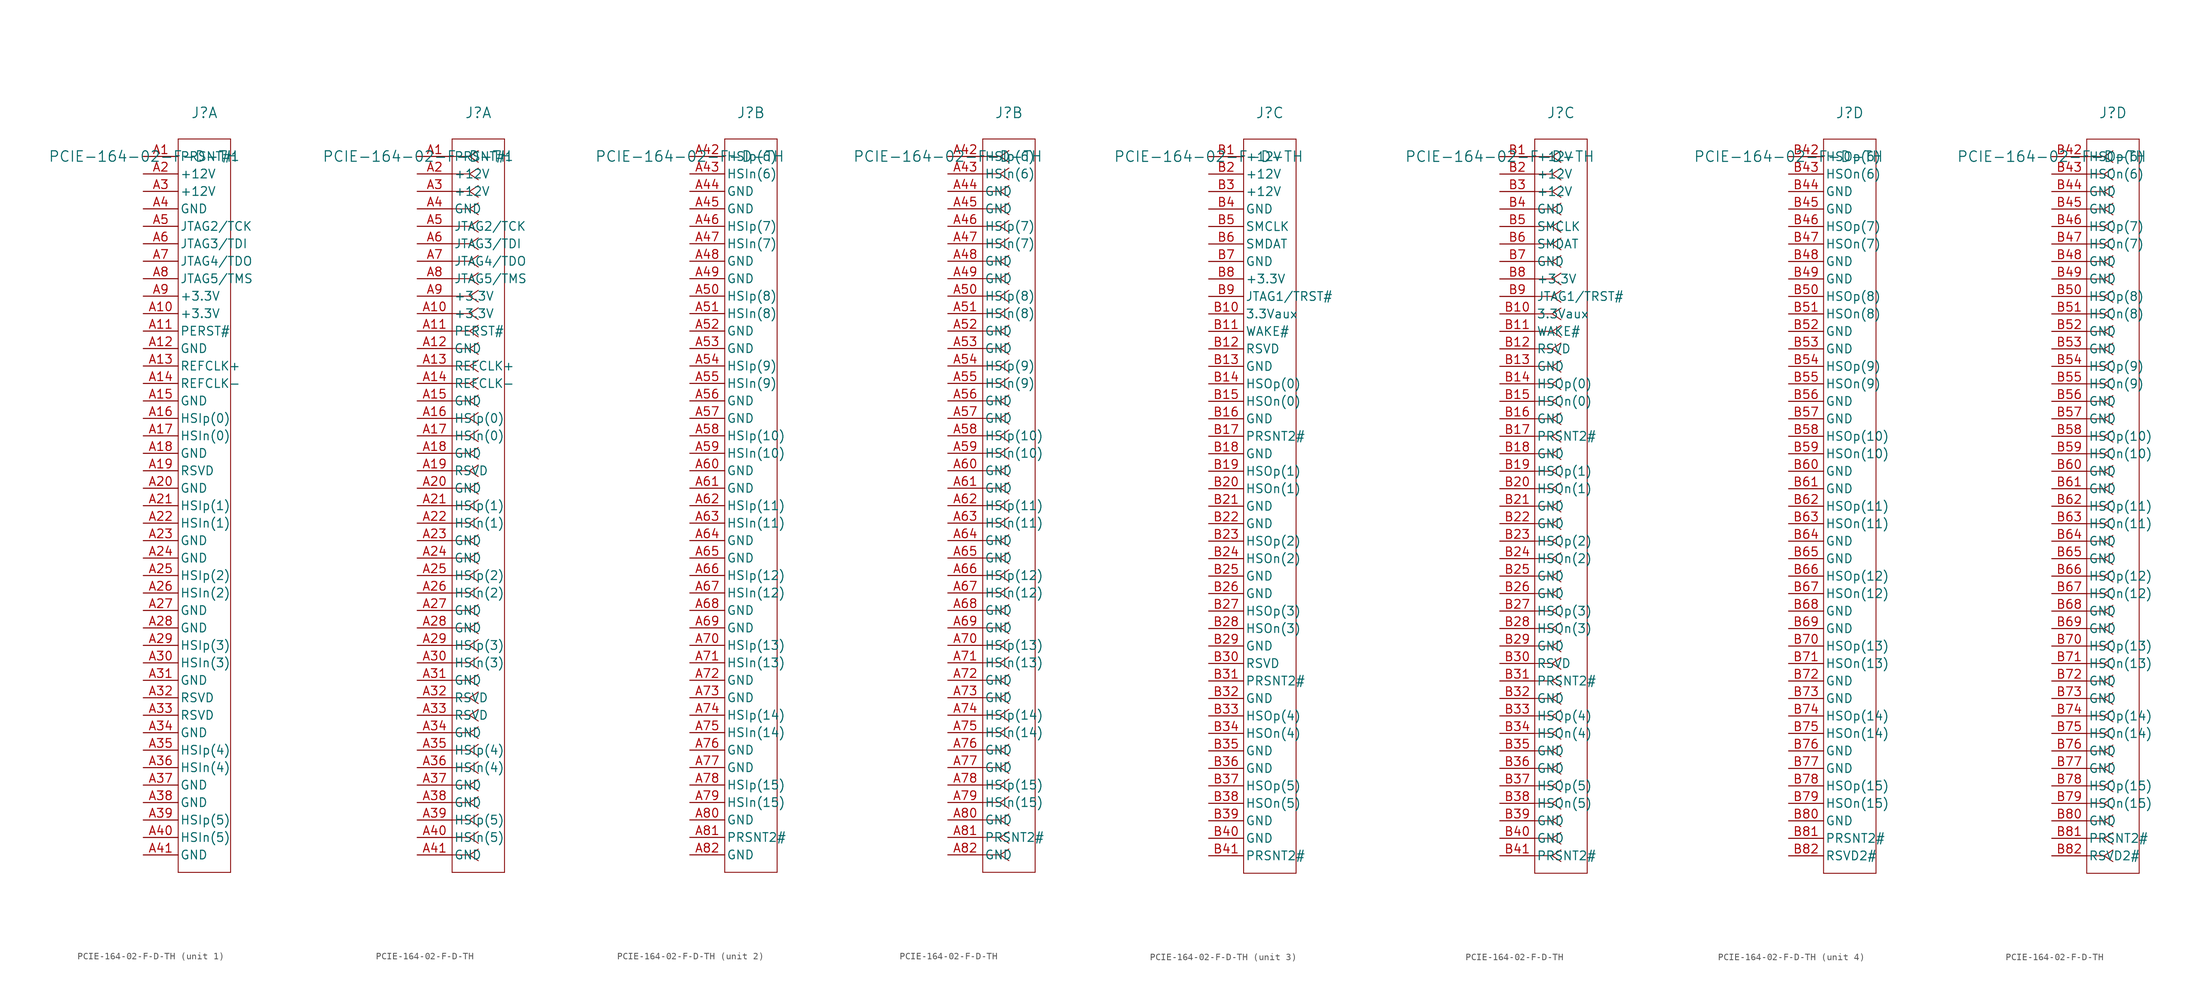
<source format=kicad_sym>
(kicad_symbol_lib
  (version 20241209)
  (generator "kicad_symbol_editor")
  (generator_version "9.0")
  (symbol "PCIE-164-02-F-D-TH"
    (pin_names
      (offset 0.254))
    (property "Reference" "J"
      (at 8.89 6.35 0)
      (effects (font (size 1.524 1.524))))
    (property "Value" "PCIE-164-02-F-D-TH"
      (at 0 0 0)
      (effects (font (size 1.524 1.524))))
    (property "ki_locked" ""
      (at 0 0 0)
      (effects (font (size 1.27 1.27))))
    (symbol "PCIE-164-02-F-D-TH_1_1"
      (polyline (pts (xy 5.08 2.54) (xy 5.08 -104.14)) (stroke (width 0.127) (type default)) (fill (type none)))
      (polyline (pts (xy 5.08 -104.14) (xy 12.7 -104.14)) (stroke (width 0.127) (type default)) (fill (type none)))
      (polyline (pts (xy 12.7 2.54) (xy 5.08 2.54)) (stroke (width 0.127) (type default)) (fill (type none)))
      (polyline (pts (xy 12.7 -104.14) (xy 12.7 2.54)) (stroke (width 0.127) (type default)) (fill (type none)))
      (pin power_out line (at 0 0 0) (length 5.08) (name "PRSNT#1" (effects (font (size 1.27 1.27)))) (number "A1" (effects (font (size 1.27 1.27)))))
      (pin power_in line (at 0 -2.54 0) (length 5.08) (name "+12V" (effects (font (size 1.27 1.27)))) (number "A2" (effects (font (size 1.27 1.27)))))
      (pin power_in line (at 0 -5.08 0) (length 5.08) (name "+12V" (effects (font (size 1.27 1.27)))) (number "A3" (effects (font (size 1.27 1.27)))))
      (pin power_in line (at 0 -7.62 0) (length 5.08) (name "GND" (effects (font (size 1.27 1.27)))) (number "A4" (effects (font (size 1.27 1.27)))))
      (pin input line (at 0 -10.16 0) (length 5.08) (name "JTAG2/TCK" (effects (font (size 1.27 1.27)))) (number "A5" (effects (font (size 1.27 1.27)))))
      (pin input line (at 0 -12.7 0) (length 5.08) (name "JTAG3/TDI" (effects (font (size 1.27 1.27)))) (number "A6" (effects (font (size 1.27 1.27)))))
      (pin output line (at 0 -15.24 0) (length 5.08) (name "JTAG4/TDO" (effects (font (size 1.27 1.27)))) (number "A7" (effects (font (size 1.27 1.27)))))
      (pin input line (at 0 -17.78 0) (length 5.08) (name "JTAG5/TMS" (effects (font (size 1.27 1.27)))) (number "A8" (effects (font (size 1.27 1.27)))))
      (pin power_in line (at 0 -20.32 0) (length 5.08) (name "+3.3V" (effects (font (size 1.27 1.27)))) (number "A9" (effects (font (size 1.27 1.27)))))
      (pin power_in line (at 0 -22.86 0) (length 5.08) (name "+3.3V" (effects (font (size 1.27 1.27)))) (number "A10" (effects (font (size 1.27 1.27)))))
      (pin input line (at 0 -25.4 0) (length 5.08) (name "PERST#" (effects (font (size 1.27 1.27)))) (number "A11" (effects (font (size 1.27 1.27)))))
      (pin power_in line (at 0 -27.94 0) (length 5.08) (name "GND" (effects (font (size 1.27 1.27)))) (number "A12" (effects (font (size 1.27 1.27)))))
      (pin output line (at 0 -30.48 0) (length 5.08) (name "REFCLK+" (effects (font (size 1.27 1.27)))) (number "A13" (effects (font (size 1.27 1.27)))))
      (pin output line (at 0 -33.02 0) (length 5.08) (name "REFCLK-" (effects (font (size 1.27 1.27)))) (number "A14" (effects (font (size 1.27 1.27)))))
      (pin power_in line (at 0 -35.56 0) (length 5.08) (name "GND" (effects (font (size 1.27 1.27)))) (number "A15" (effects (font (size 1.27 1.27)))))
      (pin input line (at 0 -38.1 0) (length 5.08) (name "HSIp(0)" (effects (font (size 1.27 1.27)))) (number "A16" (effects (font (size 1.27 1.27)))))
      (pin input line (at 0 -40.64 0) (length 5.08) (name "HSIn(0)" (effects (font (size 1.27 1.27)))) (number "A17" (effects (font (size 1.27 1.27)))))
      (pin power_in line (at 0 -43.18 0) (length 5.08) (name "GND" (effects (font (size 1.27 1.27)))) (number "A18" (effects (font (size 1.27 1.27)))))
      (pin passive line (at 0 -45.72 0) (length 5.08) (name "RSVD" (effects (font (size 1.27 1.27)))) (number "A19" (effects (font (size 1.27 1.27)))))
      (pin power_in line (at 0 -48.26 0) (length 5.08) (name "GND" (effects (font (size 1.27 1.27)))) (number "A20" (effects (font (size 1.27 1.27)))))
      (pin input line (at 0 -50.8 0) (length 5.08) (name "HSIp(1)" (effects (font (size 1.27 1.27)))) (number "A21" (effects (font (size 1.27 1.27)))))
      (pin input line (at 0 -53.34 0) (length 5.08) (name "HSIn(1)" (effects (font (size 1.27 1.27)))) (number "A22" (effects (font (size 1.27 1.27)))))
      (pin power_in line (at 0 -55.88 0) (length 5.08) (name "GND" (effects (font (size 1.27 1.27)))) (number "A23" (effects (font (size 1.27 1.27)))))
      (pin power_in line (at 0 -58.42 0) (length 5.08) (name "GND" (effects (font (size 1.27 1.27)))) (number "A24" (effects (font (size 1.27 1.27)))))
      (pin input line (at 0 -60.96 0) (length 5.08) (name "HSIp(2)" (effects (font (size 1.27 1.27)))) (number "A25" (effects (font (size 1.27 1.27)))))
      (pin input line (at 0 -63.5 0) (length 5.08) (name "HSIn(2)" (effects (font (size 1.27 1.27)))) (number "A26" (effects (font (size 1.27 1.27)))))
      (pin power_in line (at 0 -66.04 0) (length 5.08) (name "GND" (effects (font (size 1.27 1.27)))) (number "A27" (effects (font (size 1.27 1.27)))))
      (pin power_in line (at 0 -68.58 0) (length 5.08) (name "GND" (effects (font (size 1.27 1.27)))) (number "A28" (effects (font (size 1.27 1.27)))))
      (pin input line (at 0 -71.12 0) (length 5.08) (name "HSIp(3)" (effects (font (size 1.27 1.27)))) (number "A29" (effects (font (size 1.27 1.27)))))
      (pin input line (at 0 -73.66 0) (length 5.08) (name "HSIn(3)" (effects (font (size 1.27 1.27)))) (number "A30" (effects (font (size 1.27 1.27)))))
      (pin power_in line (at 0 -76.2 0) (length 5.08) (name "GND" (effects (font (size 1.27 1.27)))) (number "A31" (effects (font (size 1.27 1.27)))))
      (pin passive line (at 0 -78.74 0) (length 5.08) (name "RSVD" (effects (font (size 1.27 1.27)))) (number "A32" (effects (font (size 1.27 1.27)))))
      (pin passive line (at 0 -81.28 0) (length 5.08) (name "RSVD" (effects (font (size 1.27 1.27)))) (number "A33" (effects (font (size 1.27 1.27)))))
      (pin power_in line (at 0 -83.82 0) (length 5.08) (name "GND" (effects (font (size 1.27 1.27)))) (number "A34" (effects (font (size 1.27 1.27)))))
      (pin input line (at 0 -86.36 0) (length 5.08) (name "HSIp(4)" (effects (font (size 1.27 1.27)))) (number "A35" (effects (font (size 1.27 1.27)))))
      (pin input line (at 0 -88.9 0) (length 5.08) (name "HSIn(4)" (effects (font (size 1.27 1.27)))) (number "A36" (effects (font (size 1.27 1.27)))))
      (pin power_in line (at 0 -91.44 0) (length 5.08) (name "GND" (effects (font (size 1.27 1.27)))) (number "A37" (effects (font (size 1.27 1.27)))))
      (pin power_in line (at 0 -93.98 0) (length 5.08) (name "GND" (effects (font (size 1.27 1.27)))) (number "A38" (effects (font (size 1.27 1.27)))))
      (pin input line (at 0 -96.52 0) (length 5.08) (name "HSIp(5)" (effects (font (size 1.27 1.27)))) (number "A39" (effects (font (size 1.27 1.27)))))
      (pin input line (at 0 -99.06 0) (length 5.08) (name "HSIn(5)" (effects (font (size 1.27 1.27)))) (number "A40" (effects (font (size 1.27 1.27)))))
      (pin power_in line (at 0 -101.6 0) (length 5.08) (name "GND" (effects (font (size 1.27 1.27)))) (number "A41" (effects (font (size 1.27 1.27))))))
    (symbol "PCIE-164-02-F-D-TH_1_2"
      (polyline (pts (xy 5.08 2.54) (xy 5.08 -104.14)) (stroke (width 0.127) (type default)) (fill (type none)))
      (polyline (pts (xy 5.08 -104.14) (xy 12.7 -104.14)) (stroke (width 0.127) (type default)) (fill (type none)))
      (polyline (pts (xy 7.62 0) (xy 5.08 0)) (stroke (width 0.127) (type default)) (fill (type none)))
      (polyline (pts (xy 7.62 0) (xy 8.89 0.847)) (stroke (width 0.127) (type default)) (fill (type none)))
      (polyline (pts (xy 7.62 0) (xy 8.89 -0.847)) (stroke (width 0.127) (type default)) (fill (type none)))
      (polyline (pts (xy 7.62 -2.54) (xy 5.08 -2.54)) (stroke (width 0.127) (type default)) (fill (type none)))
      (polyline (pts (xy 7.62 -2.54) (xy 8.89 -1.693)) (stroke (width 0.127) (type default)) (fill (type none)))
      (polyline (pts (xy 7.62 -2.54) (xy 8.89 -3.387)) (stroke (width 0.127) (type default)) (fill (type none)))
      (polyline (pts (xy 7.62 -5.08) (xy 5.08 -5.08)) (stroke (width 0.127) (type default)) (fill (type none)))
      (polyline (pts (xy 7.62 -5.08) (xy 8.89 -4.233)) (stroke (width 0.127) (type default)) (fill (type none)))
      (polyline (pts (xy 7.62 -5.08) (xy 8.89 -5.927)) (stroke (width 0.127) (type default)) (fill (type none)))
      (polyline (pts (xy 7.62 -7.62) (xy 5.08 -7.62)) (stroke (width 0.127) (type default)) (fill (type none)))
      (polyline (pts (xy 7.62 -7.62) (xy 8.89 -6.773)) (stroke (width 0.127) (type default)) (fill (type none)))
      (polyline (pts (xy 7.62 -7.62) (xy 8.89 -8.467)) (stroke (width 0.127) (type default)) (fill (type none)))
      (polyline (pts (xy 7.62 -10.16) (xy 5.08 -10.16)) (stroke (width 0.127) (type default)) (fill (type none)))
      (polyline (pts (xy 7.62 -10.16) (xy 8.89 -9.313)) (stroke (width 0.127) (type default)) (fill (type none)))
      (polyline (pts (xy 7.62 -10.16) (xy 8.89 -11.007)) (stroke (width 0.127) (type default)) (fill (type none)))
      (polyline (pts (xy 7.62 -12.7) (xy 5.08 -12.7)) (stroke (width 0.127) (type default)) (fill (type none)))
      (polyline (pts (xy 7.62 -12.7) (xy 8.89 -11.853)) (stroke (width 0.127) (type default)) (fill (type none)))
      (polyline (pts (xy 7.62 -12.7) (xy 8.89 -13.547)) (stroke (width 0.127) (type default)) (fill (type none)))
      (polyline (pts (xy 7.62 -15.24) (xy 5.08 -15.24)) (stroke (width 0.127) (type default)) (fill (type none)))
      (polyline (pts (xy 7.62 -15.24) (xy 8.89 -14.393)) (stroke (width 0.127) (type default)) (fill (type none)))
      (polyline (pts (xy 7.62 -15.24) (xy 8.89 -16.087)) (stroke (width 0.127) (type default)) (fill (type none)))
      (polyline (pts (xy 7.62 -17.78) (xy 5.08 -17.78)) (stroke (width 0.127) (type default)) (fill (type none)))
      (polyline (pts (xy 7.62 -17.78) (xy 8.89 -16.933)) (stroke (width 0.127) (type default)) (fill (type none)))
      (polyline (pts (xy 7.62 -17.78) (xy 8.89 -18.627)) (stroke (width 0.127) (type default)) (fill (type none)))
      (polyline (pts (xy 7.62 -20.32) (xy 5.08 -20.32)) (stroke (width 0.127) (type default)) (fill (type none)))
      (polyline (pts (xy 7.62 -20.32) (xy 8.89 -19.473)) (stroke (width 0.127) (type default)) (fill (type none)))
      (polyline (pts (xy 7.62 -20.32) (xy 8.89 -21.167)) (stroke (width 0.127) (type default)) (fill (type none)))
      (polyline (pts (xy 7.62 -22.86) (xy 5.08 -22.86)) (stroke (width 0.127) (type default)) (fill (type none)))
      (polyline (pts (xy 7.62 -22.86) (xy 8.89 -22.013)) (stroke (width 0.127) (type default)) (fill (type none)))
      (polyline (pts (xy 7.62 -22.86) (xy 8.89 -23.707)) (stroke (width 0.127) (type default)) (fill (type none)))
      (polyline (pts (xy 7.62 -25.4) (xy 5.08 -25.4)) (stroke (width 0.127) (type default)) (fill (type none)))
      (polyline (pts (xy 7.62 -25.4) (xy 8.89 -24.553)) (stroke (width 0.127) (type default)) (fill (type none)))
      (polyline (pts (xy 7.62 -25.4) (xy 8.89 -26.247)) (stroke (width 0.127) (type default)) (fill (type none)))
      (polyline (pts (xy 7.62 -27.94) (xy 5.08 -27.94)) (stroke (width 0.127) (type default)) (fill (type none)))
      (polyline (pts (xy 7.62 -27.94) (xy 8.89 -27.093)) (stroke (width 0.127) (type default)) (fill (type none)))
      (polyline (pts (xy 7.62 -27.94) (xy 8.89 -28.787)) (stroke (width 0.127) (type default)) (fill (type none)))
      (polyline (pts (xy 7.62 -30.48) (xy 5.08 -30.48)) (stroke (width 0.127) (type default)) (fill (type none)))
      (polyline (pts (xy 7.62 -30.48) (xy 8.89 -29.633)) (stroke (width 0.127) (type default)) (fill (type none)))
      (polyline (pts (xy 7.62 -30.48) (xy 8.89 -31.327)) (stroke (width 0.127) (type default)) (fill (type none)))
      (polyline (pts (xy 7.62 -33.02) (xy 5.08 -33.02)) (stroke (width 0.127) (type default)) (fill (type none)))
      (polyline (pts (xy 7.62 -33.02) (xy 8.89 -32.173)) (stroke (width 0.127) (type default)) (fill (type none)))
      (polyline (pts (xy 7.62 -33.02) (xy 8.89 -33.867)) (stroke (width 0.127) (type default)) (fill (type none)))
      (polyline (pts (xy 7.62 -35.56) (xy 5.08 -35.56)) (stroke (width 0.127) (type default)) (fill (type none)))
      (polyline (pts (xy 7.62 -35.56) (xy 8.89 -34.713)) (stroke (width 0.127) (type default)) (fill (type none)))
      (polyline (pts (xy 7.62 -35.56) (xy 8.89 -36.407)) (stroke (width 0.127) (type default)) (fill (type none)))
      (polyline (pts (xy 7.62 -38.1) (xy 5.08 -38.1)) (stroke (width 0.127) (type default)) (fill (type none)))
      (polyline (pts (xy 7.62 -38.1) (xy 8.89 -37.253)) (stroke (width 0.127) (type default)) (fill (type none)))
      (polyline (pts (xy 7.62 -38.1) (xy 8.89 -38.947)) (stroke (width 0.127) (type default)) (fill (type none)))
      (polyline (pts (xy 7.62 -40.64) (xy 5.08 -40.64)) (stroke (width 0.127) (type default)) (fill (type none)))
      (polyline (pts (xy 7.62 -40.64) (xy 8.89 -39.793)) (stroke (width 0.127) (type default)) (fill (type none)))
      (polyline (pts (xy 7.62 -40.64) (xy 8.89 -41.487)) (stroke (width 0.127) (type default)) (fill (type none)))
      (polyline (pts (xy 7.62 -43.18) (xy 5.08 -43.18)) (stroke (width 0.127) (type default)) (fill (type none)))
      (polyline (pts (xy 7.62 -43.18) (xy 8.89 -42.333)) (stroke (width 0.127) (type default)) (fill (type none)))
      (polyline (pts (xy 7.62 -43.18) (xy 8.89 -44.027)) (stroke (width 0.127) (type default)) (fill (type none)))
      (polyline (pts (xy 7.62 -45.72) (xy 5.08 -45.72)) (stroke (width 0.127) (type default)) (fill (type none)))
      (polyline (pts (xy 7.62 -45.72) (xy 8.89 -44.873)) (stroke (width 0.127) (type default)) (fill (type none)))
      (polyline (pts (xy 7.62 -45.72) (xy 8.89 -46.567)) (stroke (width 0.127) (type default)) (fill (type none)))
      (polyline (pts (xy 7.62 -48.26) (xy 5.08 -48.26)) (stroke (width 0.127) (type default)) (fill (type none)))
      (polyline (pts (xy 7.62 -48.26) (xy 8.89 -47.413)) (stroke (width 0.127) (type default)) (fill (type none)))
      (polyline (pts (xy 7.62 -48.26) (xy 8.89 -49.107)) (stroke (width 0.127) (type default)) (fill (type none)))
      (polyline (pts (xy 7.62 -50.8) (xy 5.08 -50.8)) (stroke (width 0.127) (type default)) (fill (type none)))
      (polyline (pts (xy 7.62 -50.8) (xy 8.89 -49.953)) (stroke (width 0.127) (type default)) (fill (type none)))
      (polyline (pts (xy 7.62 -50.8) (xy 8.89 -51.647)) (stroke (width 0.127) (type default)) (fill (type none)))
      (polyline (pts (xy 7.62 -53.34) (xy 5.08 -53.34)) (stroke (width 0.127) (type default)) (fill (type none)))
      (polyline (pts (xy 7.62 -53.34) (xy 8.89 -52.493)) (stroke (width 0.127) (type default)) (fill (type none)))
      (polyline (pts (xy 7.62 -53.34) (xy 8.89 -54.187)) (stroke (width 0.127) (type default)) (fill (type none)))
      (polyline (pts (xy 7.62 -55.88) (xy 5.08 -55.88)) (stroke (width 0.127) (type default)) (fill (type none)))
      (polyline (pts (xy 7.62 -55.88) (xy 8.89 -55.033)) (stroke (width 0.127) (type default)) (fill (type none)))
      (polyline (pts (xy 7.62 -55.88) (xy 8.89 -56.727)) (stroke (width 0.127) (type default)) (fill (type none)))
      (polyline (pts (xy 7.62 -58.42) (xy 5.08 -58.42)) (stroke (width 0.127) (type default)) (fill (type none)))
      (polyline (pts (xy 7.62 -58.42) (xy 8.89 -57.573)) (stroke (width 0.127) (type default)) (fill (type none)))
      (polyline (pts (xy 7.62 -58.42) (xy 8.89 -59.267)) (stroke (width 0.127) (type default)) (fill (type none)))
      (polyline (pts (xy 7.62 -60.96) (xy 5.08 -60.96)) (stroke (width 0.127) (type default)) (fill (type none)))
      (polyline (pts (xy 7.62 -60.96) (xy 8.89 -60.113)) (stroke (width 0.127) (type default)) (fill (type none)))
      (polyline (pts (xy 7.62 -60.96) (xy 8.89 -61.807)) (stroke (width 0.127) (type default)) (fill (type none)))
      (polyline (pts (xy 7.62 -63.5) (xy 5.08 -63.5)) (stroke (width 0.127) (type default)) (fill (type none)))
      (polyline (pts (xy 7.62 -63.5) (xy 8.89 -62.653)) (stroke (width 0.127) (type default)) (fill (type none)))
      (polyline (pts (xy 7.62 -63.5) (xy 8.89 -64.347)) (stroke (width 0.127) (type default)) (fill (type none)))
      (polyline (pts (xy 7.62 -66.04) (xy 5.08 -66.04)) (stroke (width 0.127) (type default)) (fill (type none)))
      (polyline (pts (xy 7.62 -66.04) (xy 8.89 -65.193)) (stroke (width 0.127) (type default)) (fill (type none)))
      (polyline (pts (xy 7.62 -66.04) (xy 8.89 -66.887)) (stroke (width 0.127) (type default)) (fill (type none)))
      (polyline (pts (xy 7.62 -68.58) (xy 5.08 -68.58)) (stroke (width 0.127) (type default)) (fill (type none)))
      (polyline (pts (xy 7.62 -68.58) (xy 8.89 -67.733)) (stroke (width 0.127) (type default)) (fill (type none)))
      (polyline (pts (xy 7.62 -68.58) (xy 8.89 -69.427)) (stroke (width 0.127) (type default)) (fill (type none)))
      (polyline (pts (xy 7.62 -71.12) (xy 5.08 -71.12)) (stroke (width 0.127) (type default)) (fill (type none)))
      (polyline (pts (xy 7.62 -71.12) (xy 8.89 -70.273)) (stroke (width 0.127) (type default)) (fill (type none)))
      (polyline (pts (xy 7.62 -71.12) (xy 8.89 -71.967)) (stroke (width 0.127) (type default)) (fill (type none)))
      (polyline (pts (xy 7.62 -73.66) (xy 5.08 -73.66)) (stroke (width 0.127) (type default)) (fill (type none)))
      (polyline (pts (xy 7.62 -73.66) (xy 8.89 -72.813)) (stroke (width 0.127) (type default)) (fill (type none)))
      (polyline (pts (xy 7.62 -73.66) (xy 8.89 -74.507)) (stroke (width 0.127) (type default)) (fill (type none)))
      (polyline (pts (xy 7.62 -76.2) (xy 5.08 -76.2)) (stroke (width 0.127) (type default)) (fill (type none)))
      (polyline (pts (xy 7.62 -76.2) (xy 8.89 -75.353)) (stroke (width 0.127) (type default)) (fill (type none)))
      (polyline (pts (xy 7.62 -76.2) (xy 8.89 -77.047)) (stroke (width 0.127) (type default)) (fill (type none)))
      (polyline (pts (xy 7.62 -78.74) (xy 5.08 -78.74)) (stroke (width 0.127) (type default)) (fill (type none)))
      (polyline (pts (xy 7.62 -78.74) (xy 8.89 -77.893)) (stroke (width 0.127) (type default)) (fill (type none)))
      (polyline (pts (xy 7.62 -78.74) (xy 8.89 -79.587)) (stroke (width 0.127) (type default)) (fill (type none)))
      (polyline (pts (xy 7.62 -81.28) (xy 5.08 -81.28)) (stroke (width 0.127) (type default)) (fill (type none)))
      (polyline (pts (xy 7.62 -81.28) (xy 8.89 -80.433)) (stroke (width 0.127) (type default)) (fill (type none)))
      (polyline (pts (xy 7.62 -81.28) (xy 8.89 -82.127)) (stroke (width 0.127) (type default)) (fill (type none)))
      (polyline (pts (xy 7.62 -83.82) (xy 5.08 -83.82)) (stroke (width 0.127) (type default)) (fill (type none)))
      (polyline (pts (xy 7.62 -83.82) (xy 8.89 -82.973)) (stroke (width 0.127) (type default)) (fill (type none)))
      (polyline (pts (xy 7.62 -83.82) (xy 8.89 -84.667)) (stroke (width 0.127) (type default)) (fill (type none)))
      (polyline (pts (xy 7.62 -86.36) (xy 5.08 -86.36)) (stroke (width 0.127) (type default)) (fill (type none)))
      (polyline (pts (xy 7.62 -86.36) (xy 8.89 -85.513)) (stroke (width 0.127) (type default)) (fill (type none)))
      (polyline (pts (xy 7.62 -86.36) (xy 8.89 -87.207)) (stroke (width 0.127) (type default)) (fill (type none)))
      (polyline (pts (xy 7.62 -88.9) (xy 5.08 -88.9)) (stroke (width 0.127) (type default)) (fill (type none)))
      (polyline (pts (xy 7.62 -88.9) (xy 8.89 -88.053)) (stroke (width 0.127) (type default)) (fill (type none)))
      (polyline (pts (xy 7.62 -88.9) (xy 8.89 -89.747)) (stroke (width 0.127) (type default)) (fill (type none)))
      (polyline (pts (xy 7.62 -91.44) (xy 5.08 -91.44)) (stroke (width 0.127) (type default)) (fill (type none)))
      (polyline (pts (xy 7.62 -91.44) (xy 8.89 -90.593)) (stroke (width 0.127) (type default)) (fill (type none)))
      (polyline (pts (xy 7.62 -91.44) (xy 8.89 -92.287)) (stroke (width 0.127) (type default)) (fill (type none)))
      (polyline (pts (xy 7.62 -93.98) (xy 5.08 -93.98)) (stroke (width 0.127) (type default)) (fill (type none)))
      (polyline (pts (xy 7.62 -93.98) (xy 8.89 -93.133)) (stroke (width 0.127) (type default)) (fill (type none)))
      (polyline (pts (xy 7.62 -93.98) (xy 8.89 -94.827)) (stroke (width 0.127) (type default)) (fill (type none)))
      (polyline (pts (xy 7.62 -96.52) (xy 5.08 -96.52)) (stroke (width 0.127) (type default)) (fill (type none)))
      (polyline (pts (xy 7.62 -96.52) (xy 8.89 -95.673)) (stroke (width 0.127) (type default)) (fill (type none)))
      (polyline (pts (xy 7.62 -96.52) (xy 8.89 -97.367)) (stroke (width 0.127) (type default)) (fill (type none)))
      (polyline (pts (xy 7.62 -99.06) (xy 5.08 -99.06)) (stroke (width 0.127) (type default)) (fill (type none)))
      (polyline (pts (xy 7.62 -99.06) (xy 8.89 -98.213)) (stroke (width 0.127) (type default)) (fill (type none)))
      (polyline (pts (xy 7.62 -99.06) (xy 8.89 -99.907)) (stroke (width 0.127) (type default)) (fill (type none)))
      (polyline (pts (xy 7.62 -101.6) (xy 5.08 -101.6)) (stroke (width 0.127) (type default)) (fill (type none)))
      (polyline (pts (xy 7.62 -101.6) (xy 8.89 -100.753)) (stroke (width 0.127) (type default)) (fill (type none)))
      (polyline (pts (xy 7.62 -101.6) (xy 8.89 -102.447)) (stroke (width 0.127) (type default)) (fill (type none)))
      (polyline (pts (xy 12.7 2.54) (xy 5.08 2.54)) (stroke (width 0.127) (type default)) (fill (type none)))
      (polyline (pts (xy 12.7 -104.14) (xy 12.7 2.54)) (stroke (width 0.127) (type default)) (fill (type none)))
      (pin power_out line (at 0 0 0) (length 5.08) (name "PRSNT#1" (effects (font (size 1.27 1.27)))) (number "A1" (effects (font (size 1.27 1.27)))))
      (pin power_in line (at 0 -2.54 0) (length 5.08) (name "+12V" (effects (font (size 1.27 1.27)))) (number "A2" (effects (font (size 1.27 1.27)))))
      (pin power_in line (at 0 -5.08 0) (length 5.08) (name "+12V" (effects (font (size 1.27 1.27)))) (number "A3" (effects (font (size 1.27 1.27)))))
      (pin power_in line (at 0 -7.62 0) (length 5.08) (name "GND" (effects (font (size 1.27 1.27)))) (number "A4" (effects (font (size 1.27 1.27)))))
      (pin input line (at 0 -10.16 0) (length 5.08) (name "JTAG2/TCK" (effects (font (size 1.27 1.27)))) (number "A5" (effects (font (size 1.27 1.27)))))
      (pin input line (at 0 -12.7 0) (length 5.08) (name "JTAG3/TDI" (effects (font (size 1.27 1.27)))) (number "A6" (effects (font (size 1.27 1.27)))))
      (pin output line (at 0 -15.24 0) (length 5.08) (name "JTAG4/TDO" (effects (font (size 1.27 1.27)))) (number "A7" (effects (font (size 1.27 1.27)))))
      (pin input line (at 0 -17.78 0) (length 5.08) (name "JTAG5/TMS" (effects (font (size 1.27 1.27)))) (number "A8" (effects (font (size 1.27 1.27)))))
      (pin power_in line (at 0 -20.32 0) (length 5.08) (name "+3.3V" (effects (font (size 1.27 1.27)))) (number "A9" (effects (font (size 1.27 1.27)))))
      (pin power_in line (at 0 -22.86 0) (length 5.08) (name "+3.3V" (effects (font (size 1.27 1.27)))) (number "A10" (effects (font (size 1.27 1.27)))))
      (pin input line (at 0 -25.4 0) (length 5.08) (name "PERST#" (effects (font (size 1.27 1.27)))) (number "A11" (effects (font (size 1.27 1.27)))))
      (pin power_in line (at 0 -27.94 0) (length 5.08) (name "GND" (effects (font (size 1.27 1.27)))) (number "A12" (effects (font (size 1.27 1.27)))))
      (pin output line (at 0 -30.48 0) (length 5.08) (name "REFCLK+" (effects (font (size 1.27 1.27)))) (number "A13" (effects (font (size 1.27 1.27)))))
      (pin output line (at 0 -33.02 0) (length 5.08) (name "REFCLK-" (effects (font (size 1.27 1.27)))) (number "A14" (effects (font (size 1.27 1.27)))))
      (pin power_in line (at 0 -35.56 0) (length 5.08) (name "GND" (effects (font (size 1.27 1.27)))) (number "A15" (effects (font (size 1.27 1.27)))))
      (pin input line (at 0 -38.1 0) (length 5.08) (name "HSIp(0)" (effects (font (size 1.27 1.27)))) (number "A16" (effects (font (size 1.27 1.27)))))
      (pin input line (at 0 -40.64 0) (length 5.08) (name "HSIn(0)" (effects (font (size 1.27 1.27)))) (number "A17" (effects (font (size 1.27 1.27)))))
      (pin power_in line (at 0 -43.18 0) (length 5.08) (name "GND" (effects (font (size 1.27 1.27)))) (number "A18" (effects (font (size 1.27 1.27)))))
      (pin passive line (at 0 -45.72 0) (length 5.08) (name "RSVD" (effects (font (size 1.27 1.27)))) (number "A19" (effects (font (size 1.27 1.27)))))
      (pin power_in line (at 0 -48.26 0) (length 5.08) (name "GND" (effects (font (size 1.27 1.27)))) (number "A20" (effects (font (size 1.27 1.27)))))
      (pin input line (at 0 -50.8 0) (length 5.08) (name "HSIp(1)" (effects (font (size 1.27 1.27)))) (number "A21" (effects (font (size 1.27 1.27)))))
      (pin input line (at 0 -53.34 0) (length 5.08) (name "HSIn(1)" (effects (font (size 1.27 1.27)))) (number "A22" (effects (font (size 1.27 1.27)))))
      (pin power_in line (at 0 -55.88 0) (length 5.08) (name "GND" (effects (font (size 1.27 1.27)))) (number "A23" (effects (font (size 1.27 1.27)))))
      (pin power_in line (at 0 -58.42 0) (length 5.08) (name "GND" (effects (font (size 1.27 1.27)))) (number "A24" (effects (font (size 1.27 1.27)))))
      (pin input line (at 0 -60.96 0) (length 5.08) (name "HSIp(2)" (effects (font (size 1.27 1.27)))) (number "A25" (effects (font (size 1.27 1.27)))))
      (pin input line (at 0 -63.5 0) (length 5.08) (name "HSIn(2)" (effects (font (size 1.27 1.27)))) (number "A26" (effects (font (size 1.27 1.27)))))
      (pin power_in line (at 0 -66.04 0) (length 5.08) (name "GND" (effects (font (size 1.27 1.27)))) (number "A27" (effects (font (size 1.27 1.27)))))
      (pin power_in line (at 0 -68.58 0) (length 5.08) (name "GND" (effects (font (size 1.27 1.27)))) (number "A28" (effects (font (size 1.27 1.27)))))
      (pin input line (at 0 -71.12 0) (length 5.08) (name "HSIp(3)" (effects (font (size 1.27 1.27)))) (number "A29" (effects (font (size 1.27 1.27)))))
      (pin input line (at 0 -73.66 0) (length 5.08) (name "HSIn(3)" (effects (font (size 1.27 1.27)))) (number "A30" (effects (font (size 1.27 1.27)))))
      (pin power_in line (at 0 -76.2 0) (length 5.08) (name "GND" (effects (font (size 1.27 1.27)))) (number "A31" (effects (font (size 1.27 1.27)))))
      (pin passive line (at 0 -78.74 0) (length 5.08) (name "RSVD" (effects (font (size 1.27 1.27)))) (number "A32" (effects (font (size 1.27 1.27)))))
      (pin passive line (at 0 -81.28 0) (length 5.08) (name "RSVD" (effects (font (size 1.27 1.27)))) (number "A33" (effects (font (size 1.27 1.27)))))
      (pin power_in line (at 0 -83.82 0) (length 5.08) (name "GND" (effects (font (size 1.27 1.27)))) (number "A34" (effects (font (size 1.27 1.27)))))
      (pin input line (at 0 -86.36 0) (length 5.08) (name "HSIp(4)" (effects (font (size 1.27 1.27)))) (number "A35" (effects (font (size 1.27 1.27)))))
      (pin input line (at 0 -88.9 0) (length 5.08) (name "HSIn(4)" (effects (font (size 1.27 1.27)))) (number "A36" (effects (font (size 1.27 1.27)))))
      (pin power_in line (at 0 -91.44 0) (length 5.08) (name "GND" (effects (font (size 1.27 1.27)))) (number "A37" (effects (font (size 1.27 1.27)))))
      (pin power_in line (at 0 -93.98 0) (length 5.08) (name "GND" (effects (font (size 1.27 1.27)))) (number "A38" (effects (font (size 1.27 1.27)))))
      (pin input line (at 0 -96.52 0) (length 5.08) (name "HSIp(5)" (effects (font (size 1.27 1.27)))) (number "A39" (effects (font (size 1.27 1.27)))))
      (pin input line (at 0 -99.06 0) (length 5.08) (name "HSIn(5)" (effects (font (size 1.27 1.27)))) (number "A40" (effects (font (size 1.27 1.27)))))
      (pin power_in line (at 0 -101.6 0) (length 5.08) (name "GND" (effects (font (size 1.27 1.27)))) (number "A41" (effects (font (size 1.27 1.27))))))
    (symbol "PCIE-164-02-F-D-TH_2_1"
      (polyline (pts (xy 5.08 2.54) (xy 5.08 -104.14)) (stroke (width 0.127) (type default)) (fill (type none)))
      (polyline (pts (xy 5.08 -104.14) (xy 12.7 -104.14)) (stroke (width 0.127) (type default)) (fill (type none)))
      (polyline (pts (xy 12.7 2.54) (xy 5.08 2.54)) (stroke (width 0.127) (type default)) (fill (type none)))
      (polyline (pts (xy 12.7 -104.14) (xy 12.7 2.54)) (stroke (width 0.127) (type default)) (fill (type none)))
      (pin input line (at 0 0 0) (length 5.08) (name "HSIp(6)" (effects (font (size 1.27 1.27)))) (number "A42" (effects (font (size 1.27 1.27)))))
      (pin input line (at 0 -2.54 0) (length 5.08) (name "HSIn(6)" (effects (font (size 1.27 1.27)))) (number "A43" (effects (font (size 1.27 1.27)))))
      (pin power_in line (at 0 -5.08 0) (length 5.08) (name "GND" (effects (font (size 1.27 1.27)))) (number "A44" (effects (font (size 1.27 1.27)))))
      (pin power_in line (at 0 -7.62 0) (length 5.08) (name "GND" (effects (font (size 1.27 1.27)))) (number "A45" (effects (font (size 1.27 1.27)))))
      (pin input line (at 0 -10.16 0) (length 5.08) (name "HSIp(7)" (effects (font (size 1.27 1.27)))) (number "A46" (effects (font (size 1.27 1.27)))))
      (pin input line (at 0 -12.7 0) (length 5.08) (name "HSIn(7)" (effects (font (size 1.27 1.27)))) (number "A47" (effects (font (size 1.27 1.27)))))
      (pin power_in line (at 0 -15.24 0) (length 5.08) (name "GND" (effects (font (size 1.27 1.27)))) (number "A48" (effects (font (size 1.27 1.27)))))
      (pin power_in line (at 0 -17.78 0) (length 5.08) (name "GND" (effects (font (size 1.27 1.27)))) (number "A49" (effects (font (size 1.27 1.27)))))
      (pin input line (at 0 -20.32 0) (length 5.08) (name "HSIp(8)" (effects (font (size 1.27 1.27)))) (number "A50" (effects (font (size 1.27 1.27)))))
      (pin input line (at 0 -22.86 0) (length 5.08) (name "HSIn(8)" (effects (font (size 1.27 1.27)))) (number "A51" (effects (font (size 1.27 1.27)))))
      (pin power_in line (at 0 -25.4 0) (length 5.08) (name "GND" (effects (font (size 1.27 1.27)))) (number "A52" (effects (font (size 1.27 1.27)))))
      (pin power_in line (at 0 -27.94 0) (length 5.08) (name "GND" (effects (font (size 1.27 1.27)))) (number "A53" (effects (font (size 1.27 1.27)))))
      (pin input line (at 0 -30.48 0) (length 5.08) (name "HSIp(9)" (effects (font (size 1.27 1.27)))) (number "A54" (effects (font (size 1.27 1.27)))))
      (pin input line (at 0 -33.02 0) (length 5.08) (name "HSIn(9)" (effects (font (size 1.27 1.27)))) (number "A55" (effects (font (size 1.27 1.27)))))
      (pin power_in line (at 0 -35.56 0) (length 5.08) (name "GND" (effects (font (size 1.27 1.27)))) (number "A56" (effects (font (size 1.27 1.27)))))
      (pin power_in line (at 0 -38.1 0) (length 5.08) (name "GND" (effects (font (size 1.27 1.27)))) (number "A57" (effects (font (size 1.27 1.27)))))
      (pin input line (at 0 -40.64 0) (length 5.08) (name "HSIp(10)" (effects (font (size 1.27 1.27)))) (number "A58" (effects (font (size 1.27 1.27)))))
      (pin input line (at 0 -43.18 0) (length 5.08) (name "HSIn(10)" (effects (font (size 1.27 1.27)))) (number "A59" (effects (font (size 1.27 1.27)))))
      (pin power_in line (at 0 -45.72 0) (length 5.08) (name "GND" (effects (font (size 1.27 1.27)))) (number "A60" (effects (font (size 1.27 1.27)))))
      (pin power_in line (at 0 -48.26 0) (length 5.08) (name "GND" (effects (font (size 1.27 1.27)))) (number "A61" (effects (font (size 1.27 1.27)))))
      (pin input line (at 0 -50.8 0) (length 5.08) (name "HSIp(11)" (effects (font (size 1.27 1.27)))) (number "A62" (effects (font (size 1.27 1.27)))))
      (pin input line (at 0 -53.34 0) (length 5.08) (name "HSIn(11)" (effects (font (size 1.27 1.27)))) (number "A63" (effects (font (size 1.27 1.27)))))
      (pin power_in line (at 0 -55.88 0) (length 5.08) (name "GND" (effects (font (size 1.27 1.27)))) (number "A64" (effects (font (size 1.27 1.27)))))
      (pin power_in line (at 0 -58.42 0) (length 5.08) (name "GND" (effects (font (size 1.27 1.27)))) (number "A65" (effects (font (size 1.27 1.27)))))
      (pin input line (at 0 -60.96 0) (length 5.08) (name "HSIp(12)" (effects (font (size 1.27 1.27)))) (number "A66" (effects (font (size 1.27 1.27)))))
      (pin input line (at 0 -63.5 0) (length 5.08) (name "HSIn(12)" (effects (font (size 1.27 1.27)))) (number "A67" (effects (font (size 1.27 1.27)))))
      (pin power_in line (at 0 -66.04 0) (length 5.08) (name "GND" (effects (font (size 1.27 1.27)))) (number "A68" (effects (font (size 1.27 1.27)))))
      (pin power_in line (at 0 -68.58 0) (length 5.08) (name "GND" (effects (font (size 1.27 1.27)))) (number "A69" (effects (font (size 1.27 1.27)))))
      (pin input line (at 0 -71.12 0) (length 5.08) (name "HSIp(13)" (effects (font (size 1.27 1.27)))) (number "A70" (effects (font (size 1.27 1.27)))))
      (pin input line (at 0 -73.66 0) (length 5.08) (name "HSIn(13)" (effects (font (size 1.27 1.27)))) (number "A71" (effects (font (size 1.27 1.27)))))
      (pin power_in line (at 0 -76.2 0) (length 5.08) (name "GND" (effects (font (size 1.27 1.27)))) (number "A72" (effects (font (size 1.27 1.27)))))
      (pin power_in line (at 0 -78.74 0) (length 5.08) (name "GND" (effects (font (size 1.27 1.27)))) (number "A73" (effects (font (size 1.27 1.27)))))
      (pin input line (at 0 -81.28 0) (length 5.08) (name "HSIp(14)" (effects (font (size 1.27 1.27)))) (number "A74" (effects (font (size 1.27 1.27)))))
      (pin input line (at 0 -83.82 0) (length 5.08) (name "HSIn(14)" (effects (font (size 1.27 1.27)))) (number "A75" (effects (font (size 1.27 1.27)))))
      (pin power_in line (at 0 -86.36 0) (length 5.08) (name "GND" (effects (font (size 1.27 1.27)))) (number "A76" (effects (font (size 1.27 1.27)))))
      (pin power_in line (at 0 -88.9 0) (length 5.08) (name "GND" (effects (font (size 1.27 1.27)))) (number "A77" (effects (font (size 1.27 1.27)))))
      (pin input line (at 0 -91.44 0) (length 5.08) (name "HSIp(15)" (effects (font (size 1.27 1.27)))) (number "A78" (effects (font (size 1.27 1.27)))))
      (pin input line (at 0 -93.98 0) (length 5.08) (name "HSIn(15)" (effects (font (size 1.27 1.27)))) (number "A79" (effects (font (size 1.27 1.27)))))
      (pin power_in line (at 0 -96.52 0) (length 5.08) (name "GND" (effects (font (size 1.27 1.27)))) (number "A80" (effects (font (size 1.27 1.27)))))
      (pin passive line (at 0 -99.06 0) (length 5.08) (name "PRSNT2#" (effects (font (size 1.27 1.27)))) (number "A81" (effects (font (size 1.27 1.27)))))
      (pin power_in line (at 0 -101.6 0) (length 5.08) (name "GND" (effects (font (size 1.27 1.27)))) (number "A82" (effects (font (size 1.27 1.27))))))
    (symbol "PCIE-164-02-F-D-TH_2_2"
      (polyline (pts (xy 5.08 2.54) (xy 5.08 -104.14)) (stroke (width 0.127) (type default)) (fill (type none)))
      (polyline (pts (xy 5.08 -104.14) (xy 12.7 -104.14)) (stroke (width 0.127) (type default)) (fill (type none)))
      (polyline (pts (xy 7.62 0) (xy 5.08 0)) (stroke (width 0.127) (type default)) (fill (type none)))
      (polyline (pts (xy 7.62 0) (xy 8.89 0.847)) (stroke (width 0.127) (type default)) (fill (type none)))
      (polyline (pts (xy 7.62 0) (xy 8.89 -0.847)) (stroke (width 0.127) (type default)) (fill (type none)))
      (polyline (pts (xy 7.62 -2.54) (xy 5.08 -2.54)) (stroke (width 0.127) (type default)) (fill (type none)))
      (polyline (pts (xy 7.62 -2.54) (xy 8.89 -1.693)) (stroke (width 0.127) (type default)) (fill (type none)))
      (polyline (pts (xy 7.62 -2.54) (xy 8.89 -3.387)) (stroke (width 0.127) (type default)) (fill (type none)))
      (polyline (pts (xy 7.62 -5.08) (xy 5.08 -5.08)) (stroke (width 0.127) (type default)) (fill (type none)))
      (polyline (pts (xy 7.62 -5.08) (xy 8.89 -4.233)) (stroke (width 0.127) (type default)) (fill (type none)))
      (polyline (pts (xy 7.62 -5.08) (xy 8.89 -5.927)) (stroke (width 0.127) (type default)) (fill (type none)))
      (polyline (pts (xy 7.62 -7.62) (xy 5.08 -7.62)) (stroke (width 0.127) (type default)) (fill (type none)))
      (polyline (pts (xy 7.62 -7.62) (xy 8.89 -6.773)) (stroke (width 0.127) (type default)) (fill (type none)))
      (polyline (pts (xy 7.62 -7.62) (xy 8.89 -8.467)) (stroke (width 0.127) (type default)) (fill (type none)))
      (polyline (pts (xy 7.62 -10.16) (xy 5.08 -10.16)) (stroke (width 0.127) (type default)) (fill (type none)))
      (polyline (pts (xy 7.62 -10.16) (xy 8.89 -9.313)) (stroke (width 0.127) (type default)) (fill (type none)))
      (polyline (pts (xy 7.62 -10.16) (xy 8.89 -11.007)) (stroke (width 0.127) (type default)) (fill (type none)))
      (polyline (pts (xy 7.62 -12.7) (xy 5.08 -12.7)) (stroke (width 0.127) (type default)) (fill (type none)))
      (polyline (pts (xy 7.62 -12.7) (xy 8.89 -11.853)) (stroke (width 0.127) (type default)) (fill (type none)))
      (polyline (pts (xy 7.62 -12.7) (xy 8.89 -13.547)) (stroke (width 0.127) (type default)) (fill (type none)))
      (polyline (pts (xy 7.62 -15.24) (xy 5.08 -15.24)) (stroke (width 0.127) (type default)) (fill (type none)))
      (polyline (pts (xy 7.62 -15.24) (xy 8.89 -14.393)) (stroke (width 0.127) (type default)) (fill (type none)))
      (polyline (pts (xy 7.62 -15.24) (xy 8.89 -16.087)) (stroke (width 0.127) (type default)) (fill (type none)))
      (polyline (pts (xy 7.62 -17.78) (xy 5.08 -17.78)) (stroke (width 0.127) (type default)) (fill (type none)))
      (polyline (pts (xy 7.62 -17.78) (xy 8.89 -16.933)) (stroke (width 0.127) (type default)) (fill (type none)))
      (polyline (pts (xy 7.62 -17.78) (xy 8.89 -18.627)) (stroke (width 0.127) (type default)) (fill (type none)))
      (polyline (pts (xy 7.62 -20.32) (xy 5.08 -20.32)) (stroke (width 0.127) (type default)) (fill (type none)))
      (polyline (pts (xy 7.62 -20.32) (xy 8.89 -19.473)) (stroke (width 0.127) (type default)) (fill (type none)))
      (polyline (pts (xy 7.62 -20.32) (xy 8.89 -21.167)) (stroke (width 0.127) (type default)) (fill (type none)))
      (polyline (pts (xy 7.62 -22.86) (xy 5.08 -22.86)) (stroke (width 0.127) (type default)) (fill (type none)))
      (polyline (pts (xy 7.62 -22.86) (xy 8.89 -22.013)) (stroke (width 0.127) (type default)) (fill (type none)))
      (polyline (pts (xy 7.62 -22.86) (xy 8.89 -23.707)) (stroke (width 0.127) (type default)) (fill (type none)))
      (polyline (pts (xy 7.62 -25.4) (xy 5.08 -25.4)) (stroke (width 0.127) (type default)) (fill (type none)))
      (polyline (pts (xy 7.62 -25.4) (xy 8.89 -24.553)) (stroke (width 0.127) (type default)) (fill (type none)))
      (polyline (pts (xy 7.62 -25.4) (xy 8.89 -26.247)) (stroke (width 0.127) (type default)) (fill (type none)))
      (polyline (pts (xy 7.62 -27.94) (xy 5.08 -27.94)) (stroke (width 0.127) (type default)) (fill (type none)))
      (polyline (pts (xy 7.62 -27.94) (xy 8.89 -27.093)) (stroke (width 0.127) (type default)) (fill (type none)))
      (polyline (pts (xy 7.62 -27.94) (xy 8.89 -28.787)) (stroke (width 0.127) (type default)) (fill (type none)))
      (polyline (pts (xy 7.62 -30.48) (xy 5.08 -30.48)) (stroke (width 0.127) (type default)) (fill (type none)))
      (polyline (pts (xy 7.62 -30.48) (xy 8.89 -29.633)) (stroke (width 0.127) (type default)) (fill (type none)))
      (polyline (pts (xy 7.62 -30.48) (xy 8.89 -31.327)) (stroke (width 0.127) (type default)) (fill (type none)))
      (polyline (pts (xy 7.62 -33.02) (xy 5.08 -33.02)) (stroke (width 0.127) (type default)) (fill (type none)))
      (polyline (pts (xy 7.62 -33.02) (xy 8.89 -32.173)) (stroke (width 0.127) (type default)) (fill (type none)))
      (polyline (pts (xy 7.62 -33.02) (xy 8.89 -33.867)) (stroke (width 0.127) (type default)) (fill (type none)))
      (polyline (pts (xy 7.62 -35.56) (xy 5.08 -35.56)) (stroke (width 0.127) (type default)) (fill (type none)))
      (polyline (pts (xy 7.62 -35.56) (xy 8.89 -34.713)) (stroke (width 0.127) (type default)) (fill (type none)))
      (polyline (pts (xy 7.62 -35.56) (xy 8.89 -36.407)) (stroke (width 0.127) (type default)) (fill (type none)))
      (polyline (pts (xy 7.62 -38.1) (xy 5.08 -38.1)) (stroke (width 0.127) (type default)) (fill (type none)))
      (polyline (pts (xy 7.62 -38.1) (xy 8.89 -37.253)) (stroke (width 0.127) (type default)) (fill (type none)))
      (polyline (pts (xy 7.62 -38.1) (xy 8.89 -38.947)) (stroke (width 0.127) (type default)) (fill (type none)))
      (polyline (pts (xy 7.62 -40.64) (xy 5.08 -40.64)) (stroke (width 0.127) (type default)) (fill (type none)))
      (polyline (pts (xy 7.62 -40.64) (xy 8.89 -39.793)) (stroke (width 0.127) (type default)) (fill (type none)))
      (polyline (pts (xy 7.62 -40.64) (xy 8.89 -41.487)) (stroke (width 0.127) (type default)) (fill (type none)))
      (polyline (pts (xy 7.62 -43.18) (xy 5.08 -43.18)) (stroke (width 0.127) (type default)) (fill (type none)))
      (polyline (pts (xy 7.62 -43.18) (xy 8.89 -42.333)) (stroke (width 0.127) (type default)) (fill (type none)))
      (polyline (pts (xy 7.62 -43.18) (xy 8.89 -44.027)) (stroke (width 0.127) (type default)) (fill (type none)))
      (polyline (pts (xy 7.62 -45.72) (xy 5.08 -45.72)) (stroke (width 0.127) (type default)) (fill (type none)))
      (polyline (pts (xy 7.62 -45.72) (xy 8.89 -44.873)) (stroke (width 0.127) (type default)) (fill (type none)))
      (polyline (pts (xy 7.62 -45.72) (xy 8.89 -46.567)) (stroke (width 0.127) (type default)) (fill (type none)))
      (polyline (pts (xy 7.62 -48.26) (xy 5.08 -48.26)) (stroke (width 0.127) (type default)) (fill (type none)))
      (polyline (pts (xy 7.62 -48.26) (xy 8.89 -47.413)) (stroke (width 0.127) (type default)) (fill (type none)))
      (polyline (pts (xy 7.62 -48.26) (xy 8.89 -49.107)) (stroke (width 0.127) (type default)) (fill (type none)))
      (polyline (pts (xy 7.62 -50.8) (xy 5.08 -50.8)) (stroke (width 0.127) (type default)) (fill (type none)))
      (polyline (pts (xy 7.62 -50.8) (xy 8.89 -49.953)) (stroke (width 0.127) (type default)) (fill (type none)))
      (polyline (pts (xy 7.62 -50.8) (xy 8.89 -51.647)) (stroke (width 0.127) (type default)) (fill (type none)))
      (polyline (pts (xy 7.62 -53.34) (xy 5.08 -53.34)) (stroke (width 0.127) (type default)) (fill (type none)))
      (polyline (pts (xy 7.62 -53.34) (xy 8.89 -52.493)) (stroke (width 0.127) (type default)) (fill (type none)))
      (polyline (pts (xy 7.62 -53.34) (xy 8.89 -54.187)) (stroke (width 0.127) (type default)) (fill (type none)))
      (polyline (pts (xy 7.62 -55.88) (xy 5.08 -55.88)) (stroke (width 0.127) (type default)) (fill (type none)))
      (polyline (pts (xy 7.62 -55.88) (xy 8.89 -55.033)) (stroke (width 0.127) (type default)) (fill (type none)))
      (polyline (pts (xy 7.62 -55.88) (xy 8.89 -56.727)) (stroke (width 0.127) (type default)) (fill (type none)))
      (polyline (pts (xy 7.62 -58.42) (xy 5.08 -58.42)) (stroke (width 0.127) (type default)) (fill (type none)))
      (polyline (pts (xy 7.62 -58.42) (xy 8.89 -57.573)) (stroke (width 0.127) (type default)) (fill (type none)))
      (polyline (pts (xy 7.62 -58.42) (xy 8.89 -59.267)) (stroke (width 0.127) (type default)) (fill (type none)))
      (polyline (pts (xy 7.62 -60.96) (xy 5.08 -60.96)) (stroke (width 0.127) (type default)) (fill (type none)))
      (polyline (pts (xy 7.62 -60.96) (xy 8.89 -60.113)) (stroke (width 0.127) (type default)) (fill (type none)))
      (polyline (pts (xy 7.62 -60.96) (xy 8.89 -61.807)) (stroke (width 0.127) (type default)) (fill (type none)))
      (polyline (pts (xy 7.62 -63.5) (xy 5.08 -63.5)) (stroke (width 0.127) (type default)) (fill (type none)))
      (polyline (pts (xy 7.62 -63.5) (xy 8.89 -62.653)) (stroke (width 0.127) (type default)) (fill (type none)))
      (polyline (pts (xy 7.62 -63.5) (xy 8.89 -64.347)) (stroke (width 0.127) (type default)) (fill (type none)))
      (polyline (pts (xy 7.62 -66.04) (xy 5.08 -66.04)) (stroke (width 0.127) (type default)) (fill (type none)))
      (polyline (pts (xy 7.62 -66.04) (xy 8.89 -65.193)) (stroke (width 0.127) (type default)) (fill (type none)))
      (polyline (pts (xy 7.62 -66.04) (xy 8.89 -66.887)) (stroke (width 0.127) (type default)) (fill (type none)))
      (polyline (pts (xy 7.62 -68.58) (xy 5.08 -68.58)) (stroke (width 0.127) (type default)) (fill (type none)))
      (polyline (pts (xy 7.62 -68.58) (xy 8.89 -67.733)) (stroke (width 0.127) (type default)) (fill (type none)))
      (polyline (pts (xy 7.62 -68.58) (xy 8.89 -69.427)) (stroke (width 0.127) (type default)) (fill (type none)))
      (polyline (pts (xy 7.62 -71.12) (xy 5.08 -71.12)) (stroke (width 0.127) (type default)) (fill (type none)))
      (polyline (pts (xy 7.62 -71.12) (xy 8.89 -70.273)) (stroke (width 0.127) (type default)) (fill (type none)))
      (polyline (pts (xy 7.62 -71.12) (xy 8.89 -71.967)) (stroke (width 0.127) (type default)) (fill (type none)))
      (polyline (pts (xy 7.62 -73.66) (xy 5.08 -73.66)) (stroke (width 0.127) (type default)) (fill (type none)))
      (polyline (pts (xy 7.62 -73.66) (xy 8.89 -72.813)) (stroke (width 0.127) (type default)) (fill (type none)))
      (polyline (pts (xy 7.62 -73.66) (xy 8.89 -74.507)) (stroke (width 0.127) (type default)) (fill (type none)))
      (polyline (pts (xy 7.62 -76.2) (xy 5.08 -76.2)) (stroke (width 0.127) (type default)) (fill (type none)))
      (polyline (pts (xy 7.62 -76.2) (xy 8.89 -75.353)) (stroke (width 0.127) (type default)) (fill (type none)))
      (polyline (pts (xy 7.62 -76.2) (xy 8.89 -77.047)) (stroke (width 0.127) (type default)) (fill (type none)))
      (polyline (pts (xy 7.62 -78.74) (xy 5.08 -78.74)) (stroke (width 0.127) (type default)) (fill (type none)))
      (polyline (pts (xy 7.62 -78.74) (xy 8.89 -77.893)) (stroke (width 0.127) (type default)) (fill (type none)))
      (polyline (pts (xy 7.62 -78.74) (xy 8.89 -79.587)) (stroke (width 0.127) (type default)) (fill (type none)))
      (polyline (pts (xy 7.62 -81.28) (xy 5.08 -81.28)) (stroke (width 0.127) (type default)) (fill (type none)))
      (polyline (pts (xy 7.62 -81.28) (xy 8.89 -80.433)) (stroke (width 0.127) (type default)) (fill (type none)))
      (polyline (pts (xy 7.62 -81.28) (xy 8.89 -82.127)) (stroke (width 0.127) (type default)) (fill (type none)))
      (polyline (pts (xy 7.62 -83.82) (xy 5.08 -83.82)) (stroke (width 0.127) (type default)) (fill (type none)))
      (polyline (pts (xy 7.62 -83.82) (xy 8.89 -82.973)) (stroke (width 0.127) (type default)) (fill (type none)))
      (polyline (pts (xy 7.62 -83.82) (xy 8.89 -84.667)) (stroke (width 0.127) (type default)) (fill (type none)))
      (polyline (pts (xy 7.62 -86.36) (xy 5.08 -86.36)) (stroke (width 0.127) (type default)) (fill (type none)))
      (polyline (pts (xy 7.62 -86.36) (xy 8.89 -85.513)) (stroke (width 0.127) (type default)) (fill (type none)))
      (polyline (pts (xy 7.62 -86.36) (xy 8.89 -87.207)) (stroke (width 0.127) (type default)) (fill (type none)))
      (polyline (pts (xy 7.62 -88.9) (xy 5.08 -88.9)) (stroke (width 0.127) (type default)) (fill (type none)))
      (polyline (pts (xy 7.62 -88.9) (xy 8.89 -88.053)) (stroke (width 0.127) (type default)) (fill (type none)))
      (polyline (pts (xy 7.62 -88.9) (xy 8.89 -89.747)) (stroke (width 0.127) (type default)) (fill (type none)))
      (polyline (pts (xy 7.62 -91.44) (xy 5.08 -91.44)) (stroke (width 0.127) (type default)) (fill (type none)))
      (polyline (pts (xy 7.62 -91.44) (xy 8.89 -90.593)) (stroke (width 0.127) (type default)) (fill (type none)))
      (polyline (pts (xy 7.62 -91.44) (xy 8.89 -92.287)) (stroke (width 0.127) (type default)) (fill (type none)))
      (polyline (pts (xy 7.62 -93.98) (xy 5.08 -93.98)) (stroke (width 0.127) (type default)) (fill (type none)))
      (polyline (pts (xy 7.62 -93.98) (xy 8.89 -93.133)) (stroke (width 0.127) (type default)) (fill (type none)))
      (polyline (pts (xy 7.62 -93.98) (xy 8.89 -94.827)) (stroke (width 0.127) (type default)) (fill (type none)))
      (polyline (pts (xy 7.62 -96.52) (xy 5.08 -96.52)) (stroke (width 0.127) (type default)) (fill (type none)))
      (polyline (pts (xy 7.62 -96.52) (xy 8.89 -95.673)) (stroke (width 0.127) (type default)) (fill (type none)))
      (polyline (pts (xy 7.62 -96.52) (xy 8.89 -97.367)) (stroke (width 0.127) (type default)) (fill (type none)))
      (polyline (pts (xy 7.62 -99.06) (xy 5.08 -99.06)) (stroke (width 0.127) (type default)) (fill (type none)))
      (polyline (pts (xy 7.62 -99.06) (xy 8.89 -98.213)) (stroke (width 0.127) (type default)) (fill (type none)))
      (polyline (pts (xy 7.62 -99.06) (xy 8.89 -99.907)) (stroke (width 0.127) (type default)) (fill (type none)))
      (polyline (pts (xy 7.62 -101.6) (xy 5.08 -101.6)) (stroke (width 0.127) (type default)) (fill (type none)))
      (polyline (pts (xy 7.62 -101.6) (xy 8.89 -100.753)) (stroke (width 0.127) (type default)) (fill (type none)))
      (polyline (pts (xy 7.62 -101.6) (xy 8.89 -102.447)) (stroke (width 0.127) (type default)) (fill (type none)))
      (polyline (pts (xy 12.7 2.54) (xy 5.08 2.54)) (stroke (width 0.127) (type default)) (fill (type none)))
      (polyline (pts (xy 12.7 -104.14) (xy 12.7 2.54)) (stroke (width 0.127) (type default)) (fill (type none)))
      (pin input line (at 0 0 0) (length 5.08) (name "HSIp(6)" (effects (font (size 1.27 1.27)))) (number "A42" (effects (font (size 1.27 1.27)))))
      (pin input line (at 0 -2.54 0) (length 5.08) (name "HSIn(6)" (effects (font (size 1.27 1.27)))) (number "A43" (effects (font (size 1.27 1.27)))))
      (pin power_in line (at 0 -5.08 0) (length 5.08) (name "GND" (effects (font (size 1.27 1.27)))) (number "A44" (effects (font (size 1.27 1.27)))))
      (pin power_in line (at 0 -7.62 0) (length 5.08) (name "GND" (effects (font (size 1.27 1.27)))) (number "A45" (effects (font (size 1.27 1.27)))))
      (pin input line (at 0 -10.16 0) (length 5.08) (name "HSIp(7)" (effects (font (size 1.27 1.27)))) (number "A46" (effects (font (size 1.27 1.27)))))
      (pin input line (at 0 -12.7 0) (length 5.08) (name "HSIn(7)" (effects (font (size 1.27 1.27)))) (number "A47" (effects (font (size 1.27 1.27)))))
      (pin power_in line (at 0 -15.24 0) (length 5.08) (name "GND" (effects (font (size 1.27 1.27)))) (number "A48" (effects (font (size 1.27 1.27)))))
      (pin power_in line (at 0 -17.78 0) (length 5.08) (name "GND" (effects (font (size 1.27 1.27)))) (number "A49" (effects (font (size 1.27 1.27)))))
      (pin input line (at 0 -20.32 0) (length 5.08) (name "HSIp(8)" (effects (font (size 1.27 1.27)))) (number "A50" (effects (font (size 1.27 1.27)))))
      (pin input line (at 0 -22.86 0) (length 5.08) (name "HSIn(8)" (effects (font (size 1.27 1.27)))) (number "A51" (effects (font (size 1.27 1.27)))))
      (pin power_in line (at 0 -25.4 0) (length 5.08) (name "GND" (effects (font (size 1.27 1.27)))) (number "A52" (effects (font (size 1.27 1.27)))))
      (pin power_in line (at 0 -27.94 0) (length 5.08) (name "GND" (effects (font (size 1.27 1.27)))) (number "A53" (effects (font (size 1.27 1.27)))))
      (pin input line (at 0 -30.48 0) (length 5.08) (name "HSIp(9)" (effects (font (size 1.27 1.27)))) (number "A54" (effects (font (size 1.27 1.27)))))
      (pin input line (at 0 -33.02 0) (length 5.08) (name "HSIn(9)" (effects (font (size 1.27 1.27)))) (number "A55" (effects (font (size 1.27 1.27)))))
      (pin power_in line (at 0 -35.56 0) (length 5.08) (name "GND" (effects (font (size 1.27 1.27)))) (number "A56" (effects (font (size 1.27 1.27)))))
      (pin power_in line (at 0 -38.1 0) (length 5.08) (name "GND" (effects (font (size 1.27 1.27)))) (number "A57" (effects (font (size 1.27 1.27)))))
      (pin input line (at 0 -40.64 0) (length 5.08) (name "HSIp(10)" (effects (font (size 1.27 1.27)))) (number "A58" (effects (font (size 1.27 1.27)))))
      (pin input line (at 0 -43.18 0) (length 5.08) (name "HSIn(10)" (effects (font (size 1.27 1.27)))) (number "A59" (effects (font (size 1.27 1.27)))))
      (pin power_in line (at 0 -45.72 0) (length 5.08) (name "GND" (effects (font (size 1.27 1.27)))) (number "A60" (effects (font (size 1.27 1.27)))))
      (pin power_in line (at 0 -48.26 0) (length 5.08) (name "GND" (effects (font (size 1.27 1.27)))) (number "A61" (effects (font (size 1.27 1.27)))))
      (pin input line (at 0 -50.8 0) (length 5.08) (name "HSIp(11)" (effects (font (size 1.27 1.27)))) (number "A62" (effects (font (size 1.27 1.27)))))
      (pin input line (at 0 -53.34 0) (length 5.08) (name "HSIn(11)" (effects (font (size 1.27 1.27)))) (number "A63" (effects (font (size 1.27 1.27)))))
      (pin power_in line (at 0 -55.88 0) (length 5.08) (name "GND" (effects (font (size 1.27 1.27)))) (number "A64" (effects (font (size 1.27 1.27)))))
      (pin power_in line (at 0 -58.42 0) (length 5.08) (name "GND" (effects (font (size 1.27 1.27)))) (number "A65" (effects (font (size 1.27 1.27)))))
      (pin input line (at 0 -60.96 0) (length 5.08) (name "HSIp(12)" (effects (font (size 1.27 1.27)))) (number "A66" (effects (font (size 1.27 1.27)))))
      (pin input line (at 0 -63.5 0) (length 5.08) (name "HSIn(12)" (effects (font (size 1.27 1.27)))) (number "A67" (effects (font (size 1.27 1.27)))))
      (pin power_in line (at 0 -66.04 0) (length 5.08) (name "GND" (effects (font (size 1.27 1.27)))) (number "A68" (effects (font (size 1.27 1.27)))))
      (pin power_in line (at 0 -68.58 0) (length 5.08) (name "GND" (effects (font (size 1.27 1.27)))) (number "A69" (effects (font (size 1.27 1.27)))))
      (pin input line (at 0 -71.12 0) (length 5.08) (name "HSIp(13)" (effects (font (size 1.27 1.27)))) (number "A70" (effects (font (size 1.27 1.27)))))
      (pin input line (at 0 -73.66 0) (length 5.08) (name "HSIn(13)" (effects (font (size 1.27 1.27)))) (number "A71" (effects (font (size 1.27 1.27)))))
      (pin power_in line (at 0 -76.2 0) (length 5.08) (name "GND" (effects (font (size 1.27 1.27)))) (number "A72" (effects (font (size 1.27 1.27)))))
      (pin power_in line (at 0 -78.74 0) (length 5.08) (name "GND" (effects (font (size 1.27 1.27)))) (number "A73" (effects (font (size 1.27 1.27)))))
      (pin input line (at 0 -81.28 0) (length 5.08) (name "HSIp(14)" (effects (font (size 1.27 1.27)))) (number "A74" (effects (font (size 1.27 1.27)))))
      (pin input line (at 0 -83.82 0) (length 5.08) (name "HSIn(14)" (effects (font (size 1.27 1.27)))) (number "A75" (effects (font (size 1.27 1.27)))))
      (pin power_in line (at 0 -86.36 0) (length 5.08) (name "GND" (effects (font (size 1.27 1.27)))) (number "A76" (effects (font (size 1.27 1.27)))))
      (pin power_in line (at 0 -88.9 0) (length 5.08) (name "GND" (effects (font (size 1.27 1.27)))) (number "A77" (effects (font (size 1.27 1.27)))))
      (pin input line (at 0 -91.44 0) (length 5.08) (name "HSIp(15)" (effects (font (size 1.27 1.27)))) (number "A78" (effects (font (size 1.27 1.27)))))
      (pin input line (at 0 -93.98 0) (length 5.08) (name "HSIn(15)" (effects (font (size 1.27 1.27)))) (number "A79" (effects (font (size 1.27 1.27)))))
      (pin power_in line (at 0 -96.52 0) (length 5.08) (name "GND" (effects (font (size 1.27 1.27)))) (number "A80" (effects (font (size 1.27 1.27)))))
      (pin passive line (at 0 -99.06 0) (length 5.08) (name "PRSNT2#" (effects (font (size 1.27 1.27)))) (number "A81" (effects (font (size 1.27 1.27)))))
      (pin power_in line (at 0 -101.6 0) (length 5.08) (name "GND" (effects (font (size 1.27 1.27)))) (number "A82" (effects (font (size 1.27 1.27))))))
    (symbol "PCIE-164-02-F-D-TH_3_1"
      (polyline (pts (xy 5.08 2.54) (xy 5.08 -104.14)) (stroke (width 0.127) (type default)) (fill (type none)))
      (polyline (pts (xy 5.08 -104.14) (xy 12.7 -104.14)) (stroke (width 0.127) (type default)) (fill (type none)))
      (polyline (pts (xy 12.7 2.54) (xy 5.08 2.54)) (stroke (width 0.127) (type default)) (fill (type none)))
      (polyline (pts (xy 12.7 -104.14) (xy 12.7 2.54)) (stroke (width 0.127) (type default)) (fill (type none)))
      (pin power_in line (at 0 0 0) (length 5.08) (name "+12V" (effects (font (size 1.27 1.27)))) (number "B1" (effects (font (size 1.27 1.27)))))
      (pin power_in line (at 0 -2.54 0) (length 5.08) (name "+12V" (effects (font (size 1.27 1.27)))) (number "B2" (effects (font (size 1.27 1.27)))))
      (pin power_in line (at 0 -5.08 0) (length 5.08) (name "+12V" (effects (font (size 1.27 1.27)))) (number "B3" (effects (font (size 1.27 1.27)))))
      (pin power_in line (at 0 -7.62 0) (length 5.08) (name "GND" (effects (font (size 1.27 1.27)))) (number "B4" (effects (font (size 1.27 1.27)))))
      (pin input line (at 0 -10.16 0) (length 5.08) (name "SMCLK" (effects (font (size 1.27 1.27)))) (number "B5" (effects (font (size 1.27 1.27)))))
      (pin bidirectional line (at 0 -12.7 0) (length 5.08) (name "SMDAT" (effects (font (size 1.27 1.27)))) (number "B6" (effects (font (size 1.27 1.27)))))
      (pin power_in line (at 0 -15.24 0) (length 5.08) (name "GND" (effects (font (size 1.27 1.27)))) (number "B7" (effects (font (size 1.27 1.27)))))
      (pin power_in line (at 0 -17.78 0) (length 5.08) (name "+3.3V" (effects (font (size 1.27 1.27)))) (number "B8" (effects (font (size 1.27 1.27)))))
      (pin input line (at 0 -20.32 0) (length 5.08) (name "JTAG1/TRST#" (effects (font (size 1.27 1.27)))) (number "B9" (effects (font (size 1.27 1.27)))))
      (pin power_in line (at 0 -22.86 0) (length 5.08) (name "3.3Vaux" (effects (font (size 1.27 1.27)))) (number "B10" (effects (font (size 1.27 1.27)))))
      (pin output line (at 0 -25.4 0) (length 5.08) (name "WAKE#" (effects (font (size 1.27 1.27)))) (number "B11" (effects (font (size 1.27 1.27)))))
      (pin passive line (at 0 -27.94 0) (length 5.08) (name "RSVD" (effects (font (size 1.27 1.27)))) (number "B12" (effects (font (size 1.27 1.27)))))
      (pin power_in line (at 0 -30.48 0) (length 5.08) (name "GND" (effects (font (size 1.27 1.27)))) (number "B13" (effects (font (size 1.27 1.27)))))
      (pin output line (at 0 -33.02 0) (length 5.08) (name "HSOp(0)" (effects (font (size 1.27 1.27)))) (number "B14" (effects (font (size 1.27 1.27)))))
      (pin output line (at 0 -35.56 0) (length 5.08) (name "HSOn(0)" (effects (font (size 1.27 1.27)))) (number "B15" (effects (font (size 1.27 1.27)))))
      (pin power_in line (at 0 -38.1 0) (length 5.08) (name "GND" (effects (font (size 1.27 1.27)))) (number "B16" (effects (font (size 1.27 1.27)))))
      (pin passive line (at 0 -40.64 0) (length 5.08) (name "PRSNT2#" (effects (font (size 1.27 1.27)))) (number "B17" (effects (font (size 1.27 1.27)))))
      (pin power_in line (at 0 -43.18 0) (length 5.08) (name "GND" (effects (font (size 1.27 1.27)))) (number "B18" (effects (font (size 1.27 1.27)))))
      (pin output line (at 0 -45.72 0) (length 5.08) (name "HSOp(1)" (effects (font (size 1.27 1.27)))) (number "B19" (effects (font (size 1.27 1.27)))))
      (pin output line (at 0 -48.26 0) (length 5.08) (name "HSOn(1)" (effects (font (size 1.27 1.27)))) (number "B20" (effects (font (size 1.27 1.27)))))
      (pin power_in line (at 0 -50.8 0) (length 5.08) (name "GND" (effects (font (size 1.27 1.27)))) (number "B21" (effects (font (size 1.27 1.27)))))
      (pin power_in line (at 0 -53.34 0) (length 5.08) (name "GND" (effects (font (size 1.27 1.27)))) (number "B22" (effects (font (size 1.27 1.27)))))
      (pin output line (at 0 -55.88 0) (length 5.08) (name "HSOp(2)" (effects (font (size 1.27 1.27)))) (number "B23" (effects (font (size 1.27 1.27)))))
      (pin output line (at 0 -58.42 0) (length 5.08) (name "HSOn(2)" (effects (font (size 1.27 1.27)))) (number "B24" (effects (font (size 1.27 1.27)))))
      (pin power_in line (at 0 -60.96 0) (length 5.08) (name "GND" (effects (font (size 1.27 1.27)))) (number "B25" (effects (font (size 1.27 1.27)))))
      (pin power_in line (at 0 -63.5 0) (length 5.08) (name "GND" (effects (font (size 1.27 1.27)))) (number "B26" (effects (font (size 1.27 1.27)))))
      (pin output line (at 0 -66.04 0) (length 5.08) (name "HSOp(3)" (effects (font (size 1.27 1.27)))) (number "B27" (effects (font (size 1.27 1.27)))))
      (pin output line (at 0 -68.58 0) (length 5.08) (name "HSOn(3)" (effects (font (size 1.27 1.27)))) (number "B28" (effects (font (size 1.27 1.27)))))
      (pin power_in line (at 0 -71.12 0) (length 5.08) (name "GND" (effects (font (size 1.27 1.27)))) (number "B29" (effects (font (size 1.27 1.27)))))
      (pin passive line (at 0 -73.66 0) (length 5.08) (name "RSVD" (effects (font (size 1.27 1.27)))) (number "B30" (effects (font (size 1.27 1.27)))))
      (pin passive line (at 0 -76.2 0) (length 5.08) (name "PRSNT2#" (effects (font (size 1.27 1.27)))) (number "B31" (effects (font (size 1.27 1.27)))))
      (pin power_in line (at 0 -78.74 0) (length 5.08) (name "GND" (effects (font (size 1.27 1.27)))) (number "B32" (effects (font (size 1.27 1.27)))))
      (pin output line (at 0 -81.28 0) (length 5.08) (name "HSOp(4)" (effects (font (size 1.27 1.27)))) (number "B33" (effects (font (size 1.27 1.27)))))
      (pin output line (at 0 -83.82 0) (length 5.08) (name "HSOn(4)" (effects (font (size 1.27 1.27)))) (number "B34" (effects (font (size 1.27 1.27)))))
      (pin power_in line (at 0 -86.36 0) (length 5.08) (name "GND" (effects (font (size 1.27 1.27)))) (number "B35" (effects (font (size 1.27 1.27)))))
      (pin power_in line (at 0 -88.9 0) (length 5.08) (name "GND" (effects (font (size 1.27 1.27)))) (number "B36" (effects (font (size 1.27 1.27)))))
      (pin output line (at 0 -91.44 0) (length 5.08) (name "HSOp(5)" (effects (font (size 1.27 1.27)))) (number "B37" (effects (font (size 1.27 1.27)))))
      (pin output line (at 0 -93.98 0) (length 5.08) (name "HSOn(5)" (effects (font (size 1.27 1.27)))) (number "B38" (effects (font (size 1.27 1.27)))))
      (pin power_in line (at 0 -96.52 0) (length 5.08) (name "GND" (effects (font (size 1.27 1.27)))) (number "B39" (effects (font (size 1.27 1.27)))))
      (pin power_in line (at 0 -99.06 0) (length 5.08) (name "GND" (effects (font (size 1.27 1.27)))) (number "B40" (effects (font (size 1.27 1.27)))))
      (pin passive line (at 0 -101.6 0) (length 5.08) (name "PRSNT2#" (effects (font (size 1.27 1.27)))) (number "B41" (effects (font (size 1.27 1.27))))))
    (symbol "PCIE-164-02-F-D-TH_3_2"
      (polyline (pts (xy 5.08 2.54) (xy 5.08 -104.14)) (stroke (width 0.127) (type default)) (fill (type none)))
      (polyline (pts (xy 5.08 -104.14) (xy 12.7 -104.14)) (stroke (width 0.127) (type default)) (fill (type none)))
      (polyline (pts (xy 7.62 0) (xy 5.08 0)) (stroke (width 0.127) (type default)) (fill (type none)))
      (polyline (pts (xy 7.62 0) (xy 8.89 0.847)) (stroke (width 0.127) (type default)) (fill (type none)))
      (polyline (pts (xy 7.62 0) (xy 8.89 -0.847)) (stroke (width 0.127) (type default)) (fill (type none)))
      (polyline (pts (xy 7.62 -2.54) (xy 5.08 -2.54)) (stroke (width 0.127) (type default)) (fill (type none)))
      (polyline (pts (xy 7.62 -2.54) (xy 8.89 -1.693)) (stroke (width 0.127) (type default)) (fill (type none)))
      (polyline (pts (xy 7.62 -2.54) (xy 8.89 -3.387)) (stroke (width 0.127) (type default)) (fill (type none)))
      (polyline (pts (xy 7.62 -5.08) (xy 5.08 -5.08)) (stroke (width 0.127) (type default)) (fill (type none)))
      (polyline (pts (xy 7.62 -5.08) (xy 8.89 -4.233)) (stroke (width 0.127) (type default)) (fill (type none)))
      (polyline (pts (xy 7.62 -5.08) (xy 8.89 -5.927)) (stroke (width 0.127) (type default)) (fill (type none)))
      (polyline (pts (xy 7.62 -7.62) (xy 5.08 -7.62)) (stroke (width 0.127) (type default)) (fill (type none)))
      (polyline (pts (xy 7.62 -7.62) (xy 8.89 -6.773)) (stroke (width 0.127) (type default)) (fill (type none)))
      (polyline (pts (xy 7.62 -7.62) (xy 8.89 -8.467)) (stroke (width 0.127) (type default)) (fill (type none)))
      (polyline (pts (xy 7.62 -10.16) (xy 5.08 -10.16)) (stroke (width 0.127) (type default)) (fill (type none)))
      (polyline (pts (xy 7.62 -10.16) (xy 8.89 -9.313)) (stroke (width 0.127) (type default)) (fill (type none)))
      (polyline (pts (xy 7.62 -10.16) (xy 8.89 -11.007)) (stroke (width 0.127) (type default)) (fill (type none)))
      (polyline (pts (xy 7.62 -12.7) (xy 5.08 -12.7)) (stroke (width 0.127) (type default)) (fill (type none)))
      (polyline (pts (xy 7.62 -12.7) (xy 8.89 -11.853)) (stroke (width 0.127) (type default)) (fill (type none)))
      (polyline (pts (xy 7.62 -12.7) (xy 8.89 -13.547)) (stroke (width 0.127) (type default)) (fill (type none)))
      (polyline (pts (xy 7.62 -15.24) (xy 5.08 -15.24)) (stroke (width 0.127) (type default)) (fill (type none)))
      (polyline (pts (xy 7.62 -15.24) (xy 8.89 -14.393)) (stroke (width 0.127) (type default)) (fill (type none)))
      (polyline (pts (xy 7.62 -15.24) (xy 8.89 -16.087)) (stroke (width 0.127) (type default)) (fill (type none)))
      (polyline (pts (xy 7.62 -17.78) (xy 5.08 -17.78)) (stroke (width 0.127) (type default)) (fill (type none)))
      (polyline (pts (xy 7.62 -17.78) (xy 8.89 -16.933)) (stroke (width 0.127) (type default)) (fill (type none)))
      (polyline (pts (xy 7.62 -17.78) (xy 8.89 -18.627)) (stroke (width 0.127) (type default)) (fill (type none)))
      (polyline (pts (xy 7.62 -20.32) (xy 5.08 -20.32)) (stroke (width 0.127) (type default)) (fill (type none)))
      (polyline (pts (xy 7.62 -20.32) (xy 8.89 -19.473)) (stroke (width 0.127) (type default)) (fill (type none)))
      (polyline (pts (xy 7.62 -20.32) (xy 8.89 -21.167)) (stroke (width 0.127) (type default)) (fill (type none)))
      (polyline (pts (xy 7.62 -22.86) (xy 5.08 -22.86)) (stroke (width 0.127) (type default)) (fill (type none)))
      (polyline (pts (xy 7.62 -22.86) (xy 8.89 -22.013)) (stroke (width 0.127) (type default)) (fill (type none)))
      (polyline (pts (xy 7.62 -22.86) (xy 8.89 -23.707)) (stroke (width 0.127) (type default)) (fill (type none)))
      (polyline (pts (xy 7.62 -25.4) (xy 5.08 -25.4)) (stroke (width 0.127) (type default)) (fill (type none)))
      (polyline (pts (xy 7.62 -25.4) (xy 8.89 -24.553)) (stroke (width 0.127) (type default)) (fill (type none)))
      (polyline (pts (xy 7.62 -25.4) (xy 8.89 -26.247)) (stroke (width 0.127) (type default)) (fill (type none)))
      (polyline (pts (xy 7.62 -27.94) (xy 5.08 -27.94)) (stroke (width 0.127) (type default)) (fill (type none)))
      (polyline (pts (xy 7.62 -27.94) (xy 8.89 -27.093)) (stroke (width 0.127) (type default)) (fill (type none)))
      (polyline (pts (xy 7.62 -27.94) (xy 8.89 -28.787)) (stroke (width 0.127) (type default)) (fill (type none)))
      (polyline (pts (xy 7.62 -30.48) (xy 5.08 -30.48)) (stroke (width 0.127) (type default)) (fill (type none)))
      (polyline (pts (xy 7.62 -30.48) (xy 8.89 -29.633)) (stroke (width 0.127) (type default)) (fill (type none)))
      (polyline (pts (xy 7.62 -30.48) (xy 8.89 -31.327)) (stroke (width 0.127) (type default)) (fill (type none)))
      (polyline (pts (xy 7.62 -33.02) (xy 5.08 -33.02)) (stroke (width 0.127) (type default)) (fill (type none)))
      (polyline (pts (xy 7.62 -33.02) (xy 8.89 -32.173)) (stroke (width 0.127) (type default)) (fill (type none)))
      (polyline (pts (xy 7.62 -33.02) (xy 8.89 -33.867)) (stroke (width 0.127) (type default)) (fill (type none)))
      (polyline (pts (xy 7.62 -35.56) (xy 5.08 -35.56)) (stroke (width 0.127) (type default)) (fill (type none)))
      (polyline (pts (xy 7.62 -35.56) (xy 8.89 -34.713)) (stroke (width 0.127) (type default)) (fill (type none)))
      (polyline (pts (xy 7.62 -35.56) (xy 8.89 -36.407)) (stroke (width 0.127) (type default)) (fill (type none)))
      (polyline (pts (xy 7.62 -38.1) (xy 5.08 -38.1)) (stroke (width 0.127) (type default)) (fill (type none)))
      (polyline (pts (xy 7.62 -38.1) (xy 8.89 -37.253)) (stroke (width 0.127) (type default)) (fill (type none)))
      (polyline (pts (xy 7.62 -38.1) (xy 8.89 -38.947)) (stroke (width 0.127) (type default)) (fill (type none)))
      (polyline (pts (xy 7.62 -40.64) (xy 5.08 -40.64)) (stroke (width 0.127) (type default)) (fill (type none)))
      (polyline (pts (xy 7.62 -40.64) (xy 8.89 -39.793)) (stroke (width 0.127) (type default)) (fill (type none)))
      (polyline (pts (xy 7.62 -40.64) (xy 8.89 -41.487)) (stroke (width 0.127) (type default)) (fill (type none)))
      (polyline (pts (xy 7.62 -43.18) (xy 5.08 -43.18)) (stroke (width 0.127) (type default)) (fill (type none)))
      (polyline (pts (xy 7.62 -43.18) (xy 8.89 -42.333)) (stroke (width 0.127) (type default)) (fill (type none)))
      (polyline (pts (xy 7.62 -43.18) (xy 8.89 -44.027)) (stroke (width 0.127) (type default)) (fill (type none)))
      (polyline (pts (xy 7.62 -45.72) (xy 5.08 -45.72)) (stroke (width 0.127) (type default)) (fill (type none)))
      (polyline (pts (xy 7.62 -45.72) (xy 8.89 -44.873)) (stroke (width 0.127) (type default)) (fill (type none)))
      (polyline (pts (xy 7.62 -45.72) (xy 8.89 -46.567)) (stroke (width 0.127) (type default)) (fill (type none)))
      (polyline (pts (xy 7.62 -48.26) (xy 5.08 -48.26)) (stroke (width 0.127) (type default)) (fill (type none)))
      (polyline (pts (xy 7.62 -48.26) (xy 8.89 -47.413)) (stroke (width 0.127) (type default)) (fill (type none)))
      (polyline (pts (xy 7.62 -48.26) (xy 8.89 -49.107)) (stroke (width 0.127) (type default)) (fill (type none)))
      (polyline (pts (xy 7.62 -50.8) (xy 5.08 -50.8)) (stroke (width 0.127) (type default)) (fill (type none)))
      (polyline (pts (xy 7.62 -50.8) (xy 8.89 -49.953)) (stroke (width 0.127) (type default)) (fill (type none)))
      (polyline (pts (xy 7.62 -50.8) (xy 8.89 -51.647)) (stroke (width 0.127) (type default)) (fill (type none)))
      (polyline (pts (xy 7.62 -53.34) (xy 5.08 -53.34)) (stroke (width 0.127) (type default)) (fill (type none)))
      (polyline (pts (xy 7.62 -53.34) (xy 8.89 -52.493)) (stroke (width 0.127) (type default)) (fill (type none)))
      (polyline (pts (xy 7.62 -53.34) (xy 8.89 -54.187)) (stroke (width 0.127) (type default)) (fill (type none)))
      (polyline (pts (xy 7.62 -55.88) (xy 5.08 -55.88)) (stroke (width 0.127) (type default)) (fill (type none)))
      (polyline (pts (xy 7.62 -55.88) (xy 8.89 -55.033)) (stroke (width 0.127) (type default)) (fill (type none)))
      (polyline (pts (xy 7.62 -55.88) (xy 8.89 -56.727)) (stroke (width 0.127) (type default)) (fill (type none)))
      (polyline (pts (xy 7.62 -58.42) (xy 5.08 -58.42)) (stroke (width 0.127) (type default)) (fill (type none)))
      (polyline (pts (xy 7.62 -58.42) (xy 8.89 -57.573)) (stroke (width 0.127) (type default)) (fill (type none)))
      (polyline (pts (xy 7.62 -58.42) (xy 8.89 -59.267)) (stroke (width 0.127) (type default)) (fill (type none)))
      (polyline (pts (xy 7.62 -60.96) (xy 5.08 -60.96)) (stroke (width 0.127) (type default)) (fill (type none)))
      (polyline (pts (xy 7.62 -60.96) (xy 8.89 -60.113)) (stroke (width 0.127) (type default)) (fill (type none)))
      (polyline (pts (xy 7.62 -60.96) (xy 8.89 -61.807)) (stroke (width 0.127) (type default)) (fill (type none)))
      (polyline (pts (xy 7.62 -63.5) (xy 5.08 -63.5)) (stroke (width 0.127) (type default)) (fill (type none)))
      (polyline (pts (xy 7.62 -63.5) (xy 8.89 -62.653)) (stroke (width 0.127) (type default)) (fill (type none)))
      (polyline (pts (xy 7.62 -63.5) (xy 8.89 -64.347)) (stroke (width 0.127) (type default)) (fill (type none)))
      (polyline (pts (xy 7.62 -66.04) (xy 5.08 -66.04)) (stroke (width 0.127) (type default)) (fill (type none)))
      (polyline (pts (xy 7.62 -66.04) (xy 8.89 -65.193)) (stroke (width 0.127) (type default)) (fill (type none)))
      (polyline (pts (xy 7.62 -66.04) (xy 8.89 -66.887)) (stroke (width 0.127) (type default)) (fill (type none)))
      (polyline (pts (xy 7.62 -68.58) (xy 5.08 -68.58)) (stroke (width 0.127) (type default)) (fill (type none)))
      (polyline (pts (xy 7.62 -68.58) (xy 8.89 -67.733)) (stroke (width 0.127) (type default)) (fill (type none)))
      (polyline (pts (xy 7.62 -68.58) (xy 8.89 -69.427)) (stroke (width 0.127) (type default)) (fill (type none)))
      (polyline (pts (xy 7.62 -71.12) (xy 5.08 -71.12)) (stroke (width 0.127) (type default)) (fill (type none)))
      (polyline (pts (xy 7.62 -71.12) (xy 8.89 -70.273)) (stroke (width 0.127) (type default)) (fill (type none)))
      (polyline (pts (xy 7.62 -71.12) (xy 8.89 -71.967)) (stroke (width 0.127) (type default)) (fill (type none)))
      (polyline (pts (xy 7.62 -73.66) (xy 5.08 -73.66)) (stroke (width 0.127) (type default)) (fill (type none)))
      (polyline (pts (xy 7.62 -73.66) (xy 8.89 -72.813)) (stroke (width 0.127) (type default)) (fill (type none)))
      (polyline (pts (xy 7.62 -73.66) (xy 8.89 -74.507)) (stroke (width 0.127) (type default)) (fill (type none)))
      (polyline (pts (xy 7.62 -76.2) (xy 5.08 -76.2)) (stroke (width 0.127) (type default)) (fill (type none)))
      (polyline (pts (xy 7.62 -76.2) (xy 8.89 -75.353)) (stroke (width 0.127) (type default)) (fill (type none)))
      (polyline (pts (xy 7.62 -76.2) (xy 8.89 -77.047)) (stroke (width 0.127) (type default)) (fill (type none)))
      (polyline (pts (xy 7.62 -78.74) (xy 5.08 -78.74)) (stroke (width 0.127) (type default)) (fill (type none)))
      (polyline (pts (xy 7.62 -78.74) (xy 8.89 -77.893)) (stroke (width 0.127) (type default)) (fill (type none)))
      (polyline (pts (xy 7.62 -78.74) (xy 8.89 -79.587)) (stroke (width 0.127) (type default)) (fill (type none)))
      (polyline (pts (xy 7.62 -81.28) (xy 5.08 -81.28)) (stroke (width 0.127) (type default)) (fill (type none)))
      (polyline (pts (xy 7.62 -81.28) (xy 8.89 -80.433)) (stroke (width 0.127) (type default)) (fill (type none)))
      (polyline (pts (xy 7.62 -81.28) (xy 8.89 -82.127)) (stroke (width 0.127) (type default)) (fill (type none)))
      (polyline (pts (xy 7.62 -83.82) (xy 5.08 -83.82)) (stroke (width 0.127) (type default)) (fill (type none)))
      (polyline (pts (xy 7.62 -83.82) (xy 8.89 -82.973)) (stroke (width 0.127) (type default)) (fill (type none)))
      (polyline (pts (xy 7.62 -83.82) (xy 8.89 -84.667)) (stroke (width 0.127) (type default)) (fill (type none)))
      (polyline (pts (xy 7.62 -86.36) (xy 5.08 -86.36)) (stroke (width 0.127) (type default)) (fill (type none)))
      (polyline (pts (xy 7.62 -86.36) (xy 8.89 -85.513)) (stroke (width 0.127) (type default)) (fill (type none)))
      (polyline (pts (xy 7.62 -86.36) (xy 8.89 -87.207)) (stroke (width 0.127) (type default)) (fill (type none)))
      (polyline (pts (xy 7.62 -88.9) (xy 5.08 -88.9)) (stroke (width 0.127) (type default)) (fill (type none)))
      (polyline (pts (xy 7.62 -88.9) (xy 8.89 -88.053)) (stroke (width 0.127) (type default)) (fill (type none)))
      (polyline (pts (xy 7.62 -88.9) (xy 8.89 -89.747)) (stroke (width 0.127) (type default)) (fill (type none)))
      (polyline (pts (xy 7.62 -91.44) (xy 5.08 -91.44)) (stroke (width 0.127) (type default)) (fill (type none)))
      (polyline (pts (xy 7.62 -91.44) (xy 8.89 -90.593)) (stroke (width 0.127) (type default)) (fill (type none)))
      (polyline (pts (xy 7.62 -91.44) (xy 8.89 -92.287)) (stroke (width 0.127) (type default)) (fill (type none)))
      (polyline (pts (xy 7.62 -93.98) (xy 5.08 -93.98)) (stroke (width 0.127) (type default)) (fill (type none)))
      (polyline (pts (xy 7.62 -93.98) (xy 8.89 -93.133)) (stroke (width 0.127) (type default)) (fill (type none)))
      (polyline (pts (xy 7.62 -93.98) (xy 8.89 -94.827)) (stroke (width 0.127) (type default)) (fill (type none)))
      (polyline (pts (xy 7.62 -96.52) (xy 5.08 -96.52)) (stroke (width 0.127) (type default)) (fill (type none)))
      (polyline (pts (xy 7.62 -96.52) (xy 8.89 -95.673)) (stroke (width 0.127) (type default)) (fill (type none)))
      (polyline (pts (xy 7.62 -96.52) (xy 8.89 -97.367)) (stroke (width 0.127) (type default)) (fill (type none)))
      (polyline (pts (xy 7.62 -99.06) (xy 5.08 -99.06)) (stroke (width 0.127) (type default)) (fill (type none)))
      (polyline (pts (xy 7.62 -99.06) (xy 8.89 -98.213)) (stroke (width 0.127) (type default)) (fill (type none)))
      (polyline (pts (xy 7.62 -99.06) (xy 8.89 -99.907)) (stroke (width 0.127) (type default)) (fill (type none)))
      (polyline (pts (xy 7.62 -101.6) (xy 5.08 -101.6)) (stroke (width 0.127) (type default)) (fill (type none)))
      (polyline (pts (xy 7.62 -101.6) (xy 8.89 -100.753)) (stroke (width 0.127) (type default)) (fill (type none)))
      (polyline (pts (xy 7.62 -101.6) (xy 8.89 -102.447)) (stroke (width 0.127) (type default)) (fill (type none)))
      (polyline (pts (xy 12.7 2.54) (xy 5.08 2.54)) (stroke (width 0.127) (type default)) (fill (type none)))
      (polyline (pts (xy 12.7 -104.14) (xy 12.7 2.54)) (stroke (width 0.127) (type default)) (fill (type none)))
      (pin power_in line (at 0 0 0) (length 5.08) (name "+12V" (effects (font (size 1.27 1.27)))) (number "B1" (effects (font (size 1.27 1.27)))))
      (pin power_in line (at 0 -2.54 0) (length 5.08) (name "+12V" (effects (font (size 1.27 1.27)))) (number "B2" (effects (font (size 1.27 1.27)))))
      (pin power_in line (at 0 -5.08 0) (length 5.08) (name "+12V" (effects (font (size 1.27 1.27)))) (number "B3" (effects (font (size 1.27 1.27)))))
      (pin power_in line (at 0 -7.62 0) (length 5.08) (name "GND" (effects (font (size 1.27 1.27)))) (number "B4" (effects (font (size 1.27 1.27)))))
      (pin input line (at 0 -10.16 0) (length 5.08) (name "SMCLK" (effects (font (size 1.27 1.27)))) (number "B5" (effects (font (size 1.27 1.27)))))
      (pin bidirectional line (at 0 -12.7 0) (length 5.08) (name "SMDAT" (effects (font (size 1.27 1.27)))) (number "B6" (effects (font (size 1.27 1.27)))))
      (pin power_in line (at 0 -15.24 0) (length 5.08) (name "GND" (effects (font (size 1.27 1.27)))) (number "B7" (effects (font (size 1.27 1.27)))))
      (pin power_in line (at 0 -17.78 0) (length 5.08) (name "+3.3V" (effects (font (size 1.27 1.27)))) (number "B8" (effects (font (size 1.27 1.27)))))
      (pin input line (at 0 -20.32 0) (length 5.08) (name "JTAG1/TRST#" (effects (font (size 1.27 1.27)))) (number "B9" (effects (font (size 1.27 1.27)))))
      (pin power_in line (at 0 -22.86 0) (length 5.08) (name "3.3Vaux" (effects (font (size 1.27 1.27)))) (number "B10" (effects (font (size 1.27 1.27)))))
      (pin output line (at 0 -25.4 0) (length 5.08) (name "WAKE#" (effects (font (size 1.27 1.27)))) (number "B11" (effects (font (size 1.27 1.27)))))
      (pin passive line (at 0 -27.94 0) (length 5.08) (name "RSVD" (effects (font (size 1.27 1.27)))) (number "B12" (effects (font (size 1.27 1.27)))))
      (pin power_in line (at 0 -30.48 0) (length 5.08) (name "GND" (effects (font (size 1.27 1.27)))) (number "B13" (effects (font (size 1.27 1.27)))))
      (pin output line (at 0 -33.02 0) (length 5.08) (name "HSOp(0)" (effects (font (size 1.27 1.27)))) (number "B14" (effects (font (size 1.27 1.27)))))
      (pin output line (at 0 -35.56 0) (length 5.08) (name "HSOn(0)" (effects (font (size 1.27 1.27)))) (number "B15" (effects (font (size 1.27 1.27)))))
      (pin power_in line (at 0 -38.1 0) (length 5.08) (name "GND" (effects (font (size 1.27 1.27)))) (number "B16" (effects (font (size 1.27 1.27)))))
      (pin passive line (at 0 -40.64 0) (length 5.08) (name "PRSNT2#" (effects (font (size 1.27 1.27)))) (number "B17" (effects (font (size 1.27 1.27)))))
      (pin power_in line (at 0 -43.18 0) (length 5.08) (name "GND" (effects (font (size 1.27 1.27)))) (number "B18" (effects (font (size 1.27 1.27)))))
      (pin output line (at 0 -45.72 0) (length 5.08) (name "HSOp(1)" (effects (font (size 1.27 1.27)))) (number "B19" (effects (font (size 1.27 1.27)))))
      (pin output line (at 0 -48.26 0) (length 5.08) (name "HSOn(1)" (effects (font (size 1.27 1.27)))) (number "B20" (effects (font (size 1.27 1.27)))))
      (pin power_in line (at 0 -50.8 0) (length 5.08) (name "GND" (effects (font (size 1.27 1.27)))) (number "B21" (effects (font (size 1.27 1.27)))))
      (pin power_in line (at 0 -53.34 0) (length 5.08) (name "GND" (effects (font (size 1.27 1.27)))) (number "B22" (effects (font (size 1.27 1.27)))))
      (pin output line (at 0 -55.88 0) (length 5.08) (name "HSOp(2)" (effects (font (size 1.27 1.27)))) (number "B23" (effects (font (size 1.27 1.27)))))
      (pin output line (at 0 -58.42 0) (length 5.08) (name "HSOn(2)" (effects (font (size 1.27 1.27)))) (number "B24" (effects (font (size 1.27 1.27)))))
      (pin power_in line (at 0 -60.96 0) (length 5.08) (name "GND" (effects (font (size 1.27 1.27)))) (number "B25" (effects (font (size 1.27 1.27)))))
      (pin power_in line (at 0 -63.5 0) (length 5.08) (name "GND" (effects (font (size 1.27 1.27)))) (number "B26" (effects (font (size 1.27 1.27)))))
      (pin output line (at 0 -66.04 0) (length 5.08) (name "HSOp(3)" (effects (font (size 1.27 1.27)))) (number "B27" (effects (font (size 1.27 1.27)))))
      (pin output line (at 0 -68.58 0) (length 5.08) (name "HSOn(3)" (effects (font (size 1.27 1.27)))) (number "B28" (effects (font (size 1.27 1.27)))))
      (pin power_in line (at 0 -71.12 0) (length 5.08) (name "GND" (effects (font (size 1.27 1.27)))) (number "B29" (effects (font (size 1.27 1.27)))))
      (pin passive line (at 0 -73.66 0) (length 5.08) (name "RSVD" (effects (font (size 1.27 1.27)))) (number "B30" (effects (font (size 1.27 1.27)))))
      (pin passive line (at 0 -76.2 0) (length 5.08) (name "PRSNT2#" (effects (font (size 1.27 1.27)))) (number "B31" (effects (font (size 1.27 1.27)))))
      (pin power_in line (at 0 -78.74 0) (length 5.08) (name "GND" (effects (font (size 1.27 1.27)))) (number "B32" (effects (font (size 1.27 1.27)))))
      (pin output line (at 0 -81.28 0) (length 5.08) (name "HSOp(4)" (effects (font (size 1.27 1.27)))) (number "B33" (effects (font (size 1.27 1.27)))))
      (pin output line (at 0 -83.82 0) (length 5.08) (name "HSOn(4)" (effects (font (size 1.27 1.27)))) (number "B34" (effects (font (size 1.27 1.27)))))
      (pin power_in line (at 0 -86.36 0) (length 5.08) (name "GND" (effects (font (size 1.27 1.27)))) (number "B35" (effects (font (size 1.27 1.27)))))
      (pin power_in line (at 0 -88.9 0) (length 5.08) (name "GND" (effects (font (size 1.27 1.27)))) (number "B36" (effects (font (size 1.27 1.27)))))
      (pin output line (at 0 -91.44 0) (length 5.08) (name "HSOp(5)" (effects (font (size 1.27 1.27)))) (number "B37" (effects (font (size 1.27 1.27)))))
      (pin output line (at 0 -93.98 0) (length 5.08) (name "HSOn(5)" (effects (font (size 1.27 1.27)))) (number "B38" (effects (font (size 1.27 1.27)))))
      (pin power_in line (at 0 -96.52 0) (length 5.08) (name "GND" (effects (font (size 1.27 1.27)))) (number "B39" (effects (font (size 1.27 1.27)))))
      (pin power_in line (at 0 -99.06 0) (length 5.08) (name "GND" (effects (font (size 1.27 1.27)))) (number "B40" (effects (font (size 1.27 1.27)))))
      (pin passive line (at 0 -101.6 0) (length 5.08) (name "PRSNT2#" (effects (font (size 1.27 1.27)))) (number "B41" (effects (font (size 1.27 1.27))))))
    (symbol "PCIE-164-02-F-D-TH_4_1"
      (polyline (pts (xy 5.08 2.54) (xy 5.08 -104.14)) (stroke (width 0.127) (type default)) (fill (type none)))
      (polyline (pts (xy 5.08 -104.14) (xy 12.7 -104.14)) (stroke (width 0.127) (type default)) (fill (type none)))
      (polyline (pts (xy 12.7 2.54) (xy 5.08 2.54)) (stroke (width 0.127) (type default)) (fill (type none)))
      (polyline (pts (xy 12.7 -104.14) (xy 12.7 2.54)) (stroke (width 0.127) (type default)) (fill (type none)))
      (pin output line (at 0 0 0) (length 5.08) (name "HSOp(6)" (effects (font (size 1.27 1.27)))) (number "B42" (effects (font (size 1.27 1.27)))))
      (pin output line (at 0 -2.54 0) (length 5.08) (name "HSOn(6)" (effects (font (size 1.27 1.27)))) (number "B43" (effects (font (size 1.27 1.27)))))
      (pin power_in line (at 0 -5.08 0) (length 5.08) (name "GND" (effects (font (size 1.27 1.27)))) (number "B44" (effects (font (size 1.27 1.27)))))
      (pin power_in line (at 0 -7.62 0) (length 5.08) (name "GND" (effects (font (size 1.27 1.27)))) (number "B45" (effects (font (size 1.27 1.27)))))
      (pin output line (at 0 -10.16 0) (length 5.08) (name "HSOp(7)" (effects (font (size 1.27 1.27)))) (number "B46" (effects (font (size 1.27 1.27)))))
      (pin output line (at 0 -12.7 0) (length 5.08) (name "HSOn(7)" (effects (font (size 1.27 1.27)))) (number "B47" (effects (font (size 1.27 1.27)))))
      (pin power_in line (at 0 -15.24 0) (length 5.08) (name "GND" (effects (font (size 1.27 1.27)))) (number "B48" (effects (font (size 1.27 1.27)))))
      (pin power_in line (at 0 -17.78 0) (length 5.08) (name "GND" (effects (font (size 1.27 1.27)))) (number "B49" (effects (font (size 1.27 1.27)))))
      (pin output line (at 0 -20.32 0) (length 5.08) (name "HSOp(8)" (effects (font (size 1.27 1.27)))) (number "B50" (effects (font (size 1.27 1.27)))))
      (pin output line (at 0 -22.86 0) (length 5.08) (name "HSOn(8)" (effects (font (size 1.27 1.27)))) (number "B51" (effects (font (size 1.27 1.27)))))
      (pin power_in line (at 0 -25.4 0) (length 5.08) (name "GND" (effects (font (size 1.27 1.27)))) (number "B52" (effects (font (size 1.27 1.27)))))
      (pin power_in line (at 0 -27.94 0) (length 5.08) (name "GND" (effects (font (size 1.27 1.27)))) (number "B53" (effects (font (size 1.27 1.27)))))
      (pin output line (at 0 -30.48 0) (length 5.08) (name "HSOp(9)" (effects (font (size 1.27 1.27)))) (number "B54" (effects (font (size 1.27 1.27)))))
      (pin output line (at 0 -33.02 0) (length 5.08) (name "HSOn(9)" (effects (font (size 1.27 1.27)))) (number "B55" (effects (font (size 1.27 1.27)))))
      (pin power_in line (at 0 -35.56 0) (length 5.08) (name "GND" (effects (font (size 1.27 1.27)))) (number "B56" (effects (font (size 1.27 1.27)))))
      (pin power_in line (at 0 -38.1 0) (length 5.08) (name "GND" (effects (font (size 1.27 1.27)))) (number "B57" (effects (font (size 1.27 1.27)))))
      (pin output line (at 0 -40.64 0) (length 5.08) (name "HSOp(10)" (effects (font (size 1.27 1.27)))) (number "B58" (effects (font (size 1.27 1.27)))))
      (pin output line (at 0 -43.18 0) (length 5.08) (name "HSOn(10)" (effects (font (size 1.27 1.27)))) (number "B59" (effects (font (size 1.27 1.27)))))
      (pin power_in line (at 0 -45.72 0) (length 5.08) (name "GND" (effects (font (size 1.27 1.27)))) (number "B60" (effects (font (size 1.27 1.27)))))
      (pin power_in line (at 0 -48.26 0) (length 5.08) (name "GND" (effects (font (size 1.27 1.27)))) (number "B61" (effects (font (size 1.27 1.27)))))
      (pin output line (at 0 -50.8 0) (length 5.08) (name "HSOp(11)" (effects (font (size 1.27 1.27)))) (number "B62" (effects (font (size 1.27 1.27)))))
      (pin output line (at 0 -53.34 0) (length 5.08) (name "HSOn(11)" (effects (font (size 1.27 1.27)))) (number "B63" (effects (font (size 1.27 1.27)))))
      (pin power_in line (at 0 -55.88 0) (length 5.08) (name "GND" (effects (font (size 1.27 1.27)))) (number "B64" (effects (font (size 1.27 1.27)))))
      (pin power_in line (at 0 -58.42 0) (length 5.08) (name "GND" (effects (font (size 1.27 1.27)))) (number "B65" (effects (font (size 1.27 1.27)))))
      (pin output line (at 0 -60.96 0) (length 5.08) (name "HSOp(12)" (effects (font (size 1.27 1.27)))) (number "B66" (effects (font (size 1.27 1.27)))))
      (pin output line (at 0 -63.5 0) (length 5.08) (name "HSOn(12)" (effects (font (size 1.27 1.27)))) (number "B67" (effects (font (size 1.27 1.27)))))
      (pin power_in line (at 0 -66.04 0) (length 5.08) (name "GND" (effects (font (size 1.27 1.27)))) (number "B68" (effects (font (size 1.27 1.27)))))
      (pin power_in line (at 0 -68.58 0) (length 5.08) (name "GND" (effects (font (size 1.27 1.27)))) (number "B69" (effects (font (size 1.27 1.27)))))
      (pin output line (at 0 -71.12 0) (length 5.08) (name "HSOp(13)" (effects (font (size 1.27 1.27)))) (number "B70" (effects (font (size 1.27 1.27)))))
      (pin output line (at 0 -73.66 0) (length 5.08) (name "HSOn(13)" (effects (font (size 1.27 1.27)))) (number "B71" (effects (font (size 1.27 1.27)))))
      (pin power_in line (at 0 -76.2 0) (length 5.08) (name "GND" (effects (font (size 1.27 1.27)))) (number "B72" (effects (font (size 1.27 1.27)))))
      (pin power_in line (at 0 -78.74 0) (length 5.08) (name "GND" (effects (font (size 1.27 1.27)))) (number "B73" (effects (font (size 1.27 1.27)))))
      (pin output line (at 0 -81.28 0) (length 5.08) (name "HSOp(14)" (effects (font (size 1.27 1.27)))) (number "B74" (effects (font (size 1.27 1.27)))))
      (pin output line (at 0 -83.82 0) (length 5.08) (name "HSOn(14)" (effects (font (size 1.27 1.27)))) (number "B75" (effects (font (size 1.27 1.27)))))
      (pin power_in line (at 0 -86.36 0) (length 5.08) (name "GND" (effects (font (size 1.27 1.27)))) (number "B76" (effects (font (size 1.27 1.27)))))
      (pin power_in line (at 0 -88.9 0) (length 5.08) (name "GND" (effects (font (size 1.27 1.27)))) (number "B77" (effects (font (size 1.27 1.27)))))
      (pin output line (at 0 -91.44 0) (length 5.08) (name "HSOp(15)" (effects (font (size 1.27 1.27)))) (number "B78" (effects (font (size 1.27 1.27)))))
      (pin output line (at 0 -93.98 0) (length 5.08) (name "HSOn(15)" (effects (font (size 1.27 1.27)))) (number "B79" (effects (font (size 1.27 1.27)))))
      (pin power_in line (at 0 -96.52 0) (length 5.08) (name "GND" (effects (font (size 1.27 1.27)))) (number "B80" (effects (font (size 1.27 1.27)))))
      (pin passive line (at 0 -99.06 0) (length 5.08) (name "PRSNT2#" (effects (font (size 1.27 1.27)))) (number "B81" (effects (font (size 1.27 1.27)))))
      (pin passive line (at 0 -101.6 0) (length 5.08) (name "RSVD2#" (effects (font (size 1.27 1.27)))) (number "B82" (effects (font (size 1.27 1.27))))))
    (symbol "PCIE-164-02-F-D-TH_4_2"
      (polyline (pts (xy 5.08 2.54) (xy 5.08 -104.14)) (stroke (width 0.127) (type default)) (fill (type none)))
      (polyline (pts (xy 5.08 -104.14) (xy 12.7 -104.14)) (stroke (width 0.127) (type default)) (fill (type none)))
      (polyline (pts (xy 7.62 0) (xy 5.08 0)) (stroke (width 0.127) (type default)) (fill (type none)))
      (polyline (pts (xy 7.62 0) (xy 8.89 0.847)) (stroke (width 0.127) (type default)) (fill (type none)))
      (polyline (pts (xy 7.62 0) (xy 8.89 -0.847)) (stroke (width 0.127) (type default)) (fill (type none)))
      (polyline (pts (xy 7.62 -2.54) (xy 5.08 -2.54)) (stroke (width 0.127) (type default)) (fill (type none)))
      (polyline (pts (xy 7.62 -2.54) (xy 8.89 -1.693)) (stroke (width 0.127) (type default)) (fill (type none)))
      (polyline (pts (xy 7.62 -2.54) (xy 8.89 -3.387)) (stroke (width 0.127) (type default)) (fill (type none)))
      (polyline (pts (xy 7.62 -5.08) (xy 5.08 -5.08)) (stroke (width 0.127) (type default)) (fill (type none)))
      (polyline (pts (xy 7.62 -5.08) (xy 8.89 -4.233)) (stroke (width 0.127) (type default)) (fill (type none)))
      (polyline (pts (xy 7.62 -5.08) (xy 8.89 -5.927)) (stroke (width 0.127) (type default)) (fill (type none)))
      (polyline (pts (xy 7.62 -7.62) (xy 5.08 -7.62)) (stroke (width 0.127) (type default)) (fill (type none)))
      (polyline (pts (xy 7.62 -7.62) (xy 8.89 -6.773)) (stroke (width 0.127) (type default)) (fill (type none)))
      (polyline (pts (xy 7.62 -7.62) (xy 8.89 -8.467)) (stroke (width 0.127) (type default)) (fill (type none)))
      (polyline (pts (xy 7.62 -10.16) (xy 5.08 -10.16)) (stroke (width 0.127) (type default)) (fill (type none)))
      (polyline (pts (xy 7.62 -10.16) (xy 8.89 -9.313)) (stroke (width 0.127) (type default)) (fill (type none)))
      (polyline (pts (xy 7.62 -10.16) (xy 8.89 -11.007)) (stroke (width 0.127) (type default)) (fill (type none)))
      (polyline (pts (xy 7.62 -12.7) (xy 5.08 -12.7)) (stroke (width 0.127) (type default)) (fill (type none)))
      (polyline (pts (xy 7.62 -12.7) (xy 8.89 -11.853)) (stroke (width 0.127) (type default)) (fill (type none)))
      (polyline (pts (xy 7.62 -12.7) (xy 8.89 -13.547)) (stroke (width 0.127) (type default)) (fill (type none)))
      (polyline (pts (xy 7.62 -15.24) (xy 5.08 -15.24)) (stroke (width 0.127) (type default)) (fill (type none)))
      (polyline (pts (xy 7.62 -15.24) (xy 8.89 -14.393)) (stroke (width 0.127) (type default)) (fill (type none)))
      (polyline (pts (xy 7.62 -15.24) (xy 8.89 -16.087)) (stroke (width 0.127) (type default)) (fill (type none)))
      (polyline (pts (xy 7.62 -17.78) (xy 5.08 -17.78)) (stroke (width 0.127) (type default)) (fill (type none)))
      (polyline (pts (xy 7.62 -17.78) (xy 8.89 -16.933)) (stroke (width 0.127) (type default)) (fill (type none)))
      (polyline (pts (xy 7.62 -17.78) (xy 8.89 -18.627)) (stroke (width 0.127) (type default)) (fill (type none)))
      (polyline (pts (xy 7.62 -20.32) (xy 5.08 -20.32)) (stroke (width 0.127) (type default)) (fill (type none)))
      (polyline (pts (xy 7.62 -20.32) (xy 8.89 -19.473)) (stroke (width 0.127) (type default)) (fill (type none)))
      (polyline (pts (xy 7.62 -20.32) (xy 8.89 -21.167)) (stroke (width 0.127) (type default)) (fill (type none)))
      (polyline (pts (xy 7.62 -22.86) (xy 5.08 -22.86)) (stroke (width 0.127) (type default)) (fill (type none)))
      (polyline (pts (xy 7.62 -22.86) (xy 8.89 -22.013)) (stroke (width 0.127) (type default)) (fill (type none)))
      (polyline (pts (xy 7.62 -22.86) (xy 8.89 -23.707)) (stroke (width 0.127) (type default)) (fill (type none)))
      (polyline (pts (xy 7.62 -25.4) (xy 5.08 -25.4)) (stroke (width 0.127) (type default)) (fill (type none)))
      (polyline (pts (xy 7.62 -25.4) (xy 8.89 -24.553)) (stroke (width 0.127) (type default)) (fill (type none)))
      (polyline (pts (xy 7.62 -25.4) (xy 8.89 -26.247)) (stroke (width 0.127) (type default)) (fill (type none)))
      (polyline (pts (xy 7.62 -27.94) (xy 5.08 -27.94)) (stroke (width 0.127) (type default)) (fill (type none)))
      (polyline (pts (xy 7.62 -27.94) (xy 8.89 -27.093)) (stroke (width 0.127) (type default)) (fill (type none)))
      (polyline (pts (xy 7.62 -27.94) (xy 8.89 -28.787)) (stroke (width 0.127) (type default)) (fill (type none)))
      (polyline (pts (xy 7.62 -30.48) (xy 5.08 -30.48)) (stroke (width 0.127) (type default)) (fill (type none)))
      (polyline (pts (xy 7.62 -30.48) (xy 8.89 -29.633)) (stroke (width 0.127) (type default)) (fill (type none)))
      (polyline (pts (xy 7.62 -30.48) (xy 8.89 -31.327)) (stroke (width 0.127) (type default)) (fill (type none)))
      (polyline (pts (xy 7.62 -33.02) (xy 5.08 -33.02)) (stroke (width 0.127) (type default)) (fill (type none)))
      (polyline (pts (xy 7.62 -33.02) (xy 8.89 -32.173)) (stroke (width 0.127) (type default)) (fill (type none)))
      (polyline (pts (xy 7.62 -33.02) (xy 8.89 -33.867)) (stroke (width 0.127) (type default)) (fill (type none)))
      (polyline (pts (xy 7.62 -35.56) (xy 5.08 -35.56)) (stroke (width 0.127) (type default)) (fill (type none)))
      (polyline (pts (xy 7.62 -35.56) (xy 8.89 -34.713)) (stroke (width 0.127) (type default)) (fill (type none)))
      (polyline (pts (xy 7.62 -35.56) (xy 8.89 -36.407)) (stroke (width 0.127) (type default)) (fill (type none)))
      (polyline (pts (xy 7.62 -38.1) (xy 5.08 -38.1)) (stroke (width 0.127) (type default)) (fill (type none)))
      (polyline (pts (xy 7.62 -38.1) (xy 8.89 -37.253)) (stroke (width 0.127) (type default)) (fill (type none)))
      (polyline (pts (xy 7.62 -38.1) (xy 8.89 -38.947)) (stroke (width 0.127) (type default)) (fill (type none)))
      (polyline (pts (xy 7.62 -40.64) (xy 5.08 -40.64)) (stroke (width 0.127) (type default)) (fill (type none)))
      (polyline (pts (xy 7.62 -40.64) (xy 8.89 -39.793)) (stroke (width 0.127) (type default)) (fill (type none)))
      (polyline (pts (xy 7.62 -40.64) (xy 8.89 -41.487)) (stroke (width 0.127) (type default)) (fill (type none)))
      (polyline (pts (xy 7.62 -43.18) (xy 5.08 -43.18)) (stroke (width 0.127) (type default)) (fill (type none)))
      (polyline (pts (xy 7.62 -43.18) (xy 8.89 -42.333)) (stroke (width 0.127) (type default)) (fill (type none)))
      (polyline (pts (xy 7.62 -43.18) (xy 8.89 -44.027)) (stroke (width 0.127) (type default)) (fill (type none)))
      (polyline (pts (xy 7.62 -45.72) (xy 5.08 -45.72)) (stroke (width 0.127) (type default)) (fill (type none)))
      (polyline (pts (xy 7.62 -45.72) (xy 8.89 -44.873)) (stroke (width 0.127) (type default)) (fill (type none)))
      (polyline (pts (xy 7.62 -45.72) (xy 8.89 -46.567)) (stroke (width 0.127) (type default)) (fill (type none)))
      (polyline (pts (xy 7.62 -48.26) (xy 5.08 -48.26)) (stroke (width 0.127) (type default)) (fill (type none)))
      (polyline (pts (xy 7.62 -48.26) (xy 8.89 -47.413)) (stroke (width 0.127) (type default)) (fill (type none)))
      (polyline (pts (xy 7.62 -48.26) (xy 8.89 -49.107)) (stroke (width 0.127) (type default)) (fill (type none)))
      (polyline (pts (xy 7.62 -50.8) (xy 5.08 -50.8)) (stroke (width 0.127) (type default)) (fill (type none)))
      (polyline (pts (xy 7.62 -50.8) (xy 8.89 -49.953)) (stroke (width 0.127) (type default)) (fill (type none)))
      (polyline (pts (xy 7.62 -50.8) (xy 8.89 -51.647)) (stroke (width 0.127) (type default)) (fill (type none)))
      (polyline (pts (xy 7.62 -53.34) (xy 5.08 -53.34)) (stroke (width 0.127) (type default)) (fill (type none)))
      (polyline (pts (xy 7.62 -53.34) (xy 8.89 -52.493)) (stroke (width 0.127) (type default)) (fill (type none)))
      (polyline (pts (xy 7.62 -53.34) (xy 8.89 -54.187)) (stroke (width 0.127) (type default)) (fill (type none)))
      (polyline (pts (xy 7.62 -55.88) (xy 5.08 -55.88)) (stroke (width 0.127) (type default)) (fill (type none)))
      (polyline (pts (xy 7.62 -55.88) (xy 8.89 -55.033)) (stroke (width 0.127) (type default)) (fill (type none)))
      (polyline (pts (xy 7.62 -55.88) (xy 8.89 -56.727)) (stroke (width 0.127) (type default)) (fill (type none)))
      (polyline (pts (xy 7.62 -58.42) (xy 5.08 -58.42)) (stroke (width 0.127) (type default)) (fill (type none)))
      (polyline (pts (xy 7.62 -58.42) (xy 8.89 -57.573)) (stroke (width 0.127) (type default)) (fill (type none)))
      (polyline (pts (xy 7.62 -58.42) (xy 8.89 -59.267)) (stroke (width 0.127) (type default)) (fill (type none)))
      (polyline (pts (xy 7.62 -60.96) (xy 5.08 -60.96)) (stroke (width 0.127) (type default)) (fill (type none)))
      (polyline (pts (xy 7.62 -60.96) (xy 8.89 -60.113)) (stroke (width 0.127) (type default)) (fill (type none)))
      (polyline (pts (xy 7.62 -60.96) (xy 8.89 -61.807)) (stroke (width 0.127) (type default)) (fill (type none)))
      (polyline (pts (xy 7.62 -63.5) (xy 5.08 -63.5)) (stroke (width 0.127) (type default)) (fill (type none)))
      (polyline (pts (xy 7.62 -63.5) (xy 8.89 -62.653)) (stroke (width 0.127) (type default)) (fill (type none)))
      (polyline (pts (xy 7.62 -63.5) (xy 8.89 -64.347)) (stroke (width 0.127) (type default)) (fill (type none)))
      (polyline (pts (xy 7.62 -66.04) (xy 5.08 -66.04)) (stroke (width 0.127) (type default)) (fill (type none)))
      (polyline (pts (xy 7.62 -66.04) (xy 8.89 -65.193)) (stroke (width 0.127) (type default)) (fill (type none)))
      (polyline (pts (xy 7.62 -66.04) (xy 8.89 -66.887)) (stroke (width 0.127) (type default)) (fill (type none)))
      (polyline (pts (xy 7.62 -68.58) (xy 5.08 -68.58)) (stroke (width 0.127) (type default)) (fill (type none)))
      (polyline (pts (xy 7.62 -68.58) (xy 8.89 -67.733)) (stroke (width 0.127) (type default)) (fill (type none)))
      (polyline (pts (xy 7.62 -68.58) (xy 8.89 -69.427)) (stroke (width 0.127) (type default)) (fill (type none)))
      (polyline (pts (xy 7.62 -71.12) (xy 5.08 -71.12)) (stroke (width 0.127) (type default)) (fill (type none)))
      (polyline (pts (xy 7.62 -71.12) (xy 8.89 -70.273)) (stroke (width 0.127) (type default)) (fill (type none)))
      (polyline (pts (xy 7.62 -71.12) (xy 8.89 -71.967)) (stroke (width 0.127) (type default)) (fill (type none)))
      (polyline (pts (xy 7.62 -73.66) (xy 5.08 -73.66)) (stroke (width 0.127) (type default)) (fill (type none)))
      (polyline (pts (xy 7.62 -73.66) (xy 8.89 -72.813)) (stroke (width 0.127) (type default)) (fill (type none)))
      (polyline (pts (xy 7.62 -73.66) (xy 8.89 -74.507)) (stroke (width 0.127) (type default)) (fill (type none)))
      (polyline (pts (xy 7.62 -76.2) (xy 5.08 -76.2)) (stroke (width 0.127) (type default)) (fill (type none)))
      (polyline (pts (xy 7.62 -76.2) (xy 8.89 -75.353)) (stroke (width 0.127) (type default)) (fill (type none)))
      (polyline (pts (xy 7.62 -76.2) (xy 8.89 -77.047)) (stroke (width 0.127) (type default)) (fill (type none)))
      (polyline (pts (xy 7.62 -78.74) (xy 5.08 -78.74)) (stroke (width 0.127) (type default)) (fill (type none)))
      (polyline (pts (xy 7.62 -78.74) (xy 8.89 -77.893)) (stroke (width 0.127) (type default)) (fill (type none)))
      (polyline (pts (xy 7.62 -78.74) (xy 8.89 -79.587)) (stroke (width 0.127) (type default)) (fill (type none)))
      (polyline (pts (xy 7.62 -81.28) (xy 5.08 -81.28)) (stroke (width 0.127) (type default)) (fill (type none)))
      (polyline (pts (xy 7.62 -81.28) (xy 8.89 -80.433)) (stroke (width 0.127) (type default)) (fill (type none)))
      (polyline (pts (xy 7.62 -81.28) (xy 8.89 -82.127)) (stroke (width 0.127) (type default)) (fill (type none)))
      (polyline (pts (xy 7.62 -83.82) (xy 5.08 -83.82)) (stroke (width 0.127) (type default)) (fill (type none)))
      (polyline (pts (xy 7.62 -83.82) (xy 8.89 -82.973)) (stroke (width 0.127) (type default)) (fill (type none)))
      (polyline (pts (xy 7.62 -83.82) (xy 8.89 -84.667)) (stroke (width 0.127) (type default)) (fill (type none)))
      (polyline (pts (xy 7.62 -86.36) (xy 5.08 -86.36)) (stroke (width 0.127) (type default)) (fill (type none)))
      (polyline (pts (xy 7.62 -86.36) (xy 8.89 -85.513)) (stroke (width 0.127) (type default)) (fill (type none)))
      (polyline (pts (xy 7.62 -86.36) (xy 8.89 -87.207)) (stroke (width 0.127) (type default)) (fill (type none)))
      (polyline (pts (xy 7.62 -88.9) (xy 5.08 -88.9)) (stroke (width 0.127) (type default)) (fill (type none)))
      (polyline (pts (xy 7.62 -88.9) (xy 8.89 -88.053)) (stroke (width 0.127) (type default)) (fill (type none)))
      (polyline (pts (xy 7.62 -88.9) (xy 8.89 -89.747)) (stroke (width 0.127) (type default)) (fill (type none)))
      (polyline (pts (xy 7.62 -91.44) (xy 5.08 -91.44)) (stroke (width 0.127) (type default)) (fill (type none)))
      (polyline (pts (xy 7.62 -91.44) (xy 8.89 -90.593)) (stroke (width 0.127) (type default)) (fill (type none)))
      (polyline (pts (xy 7.62 -91.44) (xy 8.89 -92.287)) (stroke (width 0.127) (type default)) (fill (type none)))
      (polyline (pts (xy 7.62 -93.98) (xy 5.08 -93.98)) (stroke (width 0.127) (type default)) (fill (type none)))
      (polyline (pts (xy 7.62 -93.98) (xy 8.89 -93.133)) (stroke (width 0.127) (type default)) (fill (type none)))
      (polyline (pts (xy 7.62 -93.98) (xy 8.89 -94.827)) (stroke (width 0.127) (type default)) (fill (type none)))
      (polyline (pts (xy 7.62 -96.52) (xy 5.08 -96.52)) (stroke (width 0.127) (type default)) (fill (type none)))
      (polyline (pts (xy 7.62 -96.52) (xy 8.89 -95.673)) (stroke (width 0.127) (type default)) (fill (type none)))
      (polyline (pts (xy 7.62 -96.52) (xy 8.89 -97.367)) (stroke (width 0.127) (type default)) (fill (type none)))
      (polyline (pts (xy 7.62 -99.06) (xy 5.08 -99.06)) (stroke (width 0.127) (type default)) (fill (type none)))
      (polyline (pts (xy 7.62 -99.06) (xy 8.89 -98.213)) (stroke (width 0.127) (type default)) (fill (type none)))
      (polyline (pts (xy 7.62 -99.06) (xy 8.89 -99.907)) (stroke (width 0.127) (type default)) (fill (type none)))
      (polyline (pts (xy 7.62 -101.6) (xy 5.08 -101.6)) (stroke (width 0.127) (type default)) (fill (type none)))
      (polyline (pts (xy 7.62 -101.6) (xy 8.89 -100.753)) (stroke (width 0.127) (type default)) (fill (type none)))
      (polyline (pts (xy 7.62 -101.6) (xy 8.89 -102.447)) (stroke (width 0.127) (type default)) (fill (type none)))
      (polyline (pts (xy 12.7 2.54) (xy 5.08 2.54)) (stroke (width 0.127) (type default)) (fill (type none)))
      (polyline (pts (xy 12.7 -104.14) (xy 12.7 2.54)) (stroke (width 0.127) (type default)) (fill (type none)))
      (pin output line (at 0 0 0) (length 5.08) (name "HSOp(6)" (effects (font (size 1.27 1.27)))) (number "B42" (effects (font (size 1.27 1.27)))))
      (pin output line (at 0 -2.54 0) (length 5.08) (name "HSOn(6)" (effects (font (size 1.27 1.27)))) (number "B43" (effects (font (size 1.27 1.27)))))
      (pin power_in line (at 0 -5.08 0) (length 5.08) (name "GND" (effects (font (size 1.27 1.27)))) (number "B44" (effects (font (size 1.27 1.27)))))
      (pin power_in line (at 0 -7.62 0) (length 5.08) (name "GND" (effects (font (size 1.27 1.27)))) (number "B45" (effects (font (size 1.27 1.27)))))
      (pin output line (at 0 -10.16 0) (length 5.08) (name "HSOp(7)" (effects (font (size 1.27 1.27)))) (number "B46" (effects (font (size 1.27 1.27)))))
      (pin output line (at 0 -12.7 0) (length 5.08) (name "HSOn(7)" (effects (font (size 1.27 1.27)))) (number "B47" (effects (font (size 1.27 1.27)))))
      (pin power_in line (at 0 -15.24 0) (length 5.08) (name "GND" (effects (font (size 1.27 1.27)))) (number "B48" (effects (font (size 1.27 1.27)))))
      (pin power_in line (at 0 -17.78 0) (length 5.08) (name "GND" (effects (font (size 1.27 1.27)))) (number "B49" (effects (font (size 1.27 1.27)))))
      (pin output line (at 0 -20.32 0) (length 5.08) (name "HSOp(8)" (effects (font (size 1.27 1.27)))) (number "B50" (effects (font (size 1.27 1.27)))))
      (pin output line (at 0 -22.86 0) (length 5.08) (name "HSOn(8)" (effects (font (size 1.27 1.27)))) (number "B51" (effects (font (size 1.27 1.27)))))
      (pin power_in line (at 0 -25.4 0) (length 5.08) (name "GND" (effects (font (size 1.27 1.27)))) (number "B52" (effects (font (size 1.27 1.27)))))
      (pin power_in line (at 0 -27.94 0) (length 5.08) (name "GND" (effects (font (size 1.27 1.27)))) (number "B53" (effects (font (size 1.27 1.27)))))
      (pin output line (at 0 -30.48 0) (length 5.08) (name "HSOp(9)" (effects (font (size 1.27 1.27)))) (number "B54" (effects (font (size 1.27 1.27)))))
      (pin output line (at 0 -33.02 0) (length 5.08) (name "HSOn(9)" (effects (font (size 1.27 1.27)))) (number "B55" (effects (font (size 1.27 1.27)))))
      (pin power_in line (at 0 -35.56 0) (length 5.08) (name "GND" (effects (font (size 1.27 1.27)))) (number "B56" (effects (font (size 1.27 1.27)))))
      (pin power_in line (at 0 -38.1 0) (length 5.08) (name "GND" (effects (font (size 1.27 1.27)))) (number "B57" (effects (font (size 1.27 1.27)))))
      (pin output line (at 0 -40.64 0) (length 5.08) (name "HSOp(10)" (effects (font (size 1.27 1.27)))) (number "B58" (effects (font (size 1.27 1.27)))))
      (pin output line (at 0 -43.18 0) (length 5.08) (name "HSOn(10)" (effects (font (size 1.27 1.27)))) (number "B59" (effects (font (size 1.27 1.27)))))
      (pin power_in line (at 0 -45.72 0) (length 5.08) (name "GND" (effects (font (size 1.27 1.27)))) (number "B60" (effects (font (size 1.27 1.27)))))
      (pin power_in line (at 0 -48.26 0) (length 5.08) (name "GND" (effects (font (size 1.27 1.27)))) (number "B61" (effects (font (size 1.27 1.27)))))
      (pin output line (at 0 -50.8 0) (length 5.08) (name "HSOp(11)" (effects (font (size 1.27 1.27)))) (number "B62" (effects (font (size 1.27 1.27)))))
      (pin output line (at 0 -53.34 0) (length 5.08) (name "HSOn(11)" (effects (font (size 1.27 1.27)))) (number "B63" (effects (font (size 1.27 1.27)))))
      (pin power_in line (at 0 -55.88 0) (length 5.08) (name "GND" (effects (font (size 1.27 1.27)))) (number "B64" (effects (font (size 1.27 1.27)))))
      (pin power_in line (at 0 -58.42 0) (length 5.08) (name "GND" (effects (font (size 1.27 1.27)))) (number "B65" (effects (font (size 1.27 1.27)))))
      (pin output line (at 0 -60.96 0) (length 5.08) (name "HSOp(12)" (effects (font (size 1.27 1.27)))) (number "B66" (effects (font (size 1.27 1.27)))))
      (pin output line (at 0 -63.5 0) (length 5.08) (name "HSOn(12)" (effects (font (size 1.27 1.27)))) (number "B67" (effects (font (size 1.27 1.27)))))
      (pin power_in line (at 0 -66.04 0) (length 5.08) (name "GND" (effects (font (size 1.27 1.27)))) (number "B68" (effects (font (size 1.27 1.27)))))
      (pin power_in line (at 0 -68.58 0) (length 5.08) (name "GND" (effects (font (size 1.27 1.27)))) (number "B69" (effects (font (size 1.27 1.27)))))
      (pin output line (at 0 -71.12 0) (length 5.08) (name "HSOp(13)" (effects (font (size 1.27 1.27)))) (number "B70" (effects (font (size 1.27 1.27)))))
      (pin output line (at 0 -73.66 0) (length 5.08) (name "HSOn(13)" (effects (font (size 1.27 1.27)))) (number "B71" (effects (font (size 1.27 1.27)))))
      (pin power_in line (at 0 -76.2 0) (length 5.08) (name "GND" (effects (font (size 1.27 1.27)))) (number "B72" (effects (font (size 1.27 1.27)))))
      (pin power_in line (at 0 -78.74 0) (length 5.08) (name "GND" (effects (font (size 1.27 1.27)))) (number "B73" (effects (font (size 1.27 1.27)))))
      (pin output line (at 0 -81.28 0) (length 5.08) (name "HSOp(14)" (effects (font (size 1.27 1.27)))) (number "B74" (effects (font (size 1.27 1.27)))))
      (pin output line (at 0 -83.82 0) (length 5.08) (name "HSOn(14)" (effects (font (size 1.27 1.27)))) (number "B75" (effects (font (size 1.27 1.27)))))
      (pin power_in line (at 0 -86.36 0) (length 5.08) (name "GND" (effects (font (size 1.27 1.27)))) (number "B76" (effects (font (size 1.27 1.27)))))
      (pin power_in line (at 0 -88.9 0) (length 5.08) (name "GND" (effects (font (size 1.27 1.27)))) (number "B77" (effects (font (size 1.27 1.27)))))
      (pin output line (at 0 -91.44 0) (length 5.08) (name "HSOp(15)" (effects (font (size 1.27 1.27)))) (number "B78" (effects (font (size 1.27 1.27)))))
      (pin output line (at 0 -93.98 0) (length 5.08) (name "HSOn(15)" (effects (font (size 1.27 1.27)))) (number "B79" (effects (font (size 1.27 1.27)))))
      (pin power_in line (at 0 -96.52 0) (length 5.08) (name "GND" (effects (font (size 1.27 1.27)))) (number "B80" (effects (font (size 1.27 1.27)))))
      (pin passive line (at 0 -99.06 0) (length 5.08) (name "PRSNT2#" (effects (font (size 1.27 1.27)))) (number "B81" (effects (font (size 1.27 1.27)))))
      (pin passive line (at 0 -101.6 0) (length 5.08) (name "RSVD2#" (effects (font (size 1.27 1.27)))) (number "B82" (effects (font (size 1.27 1.27))))))))
</source>
